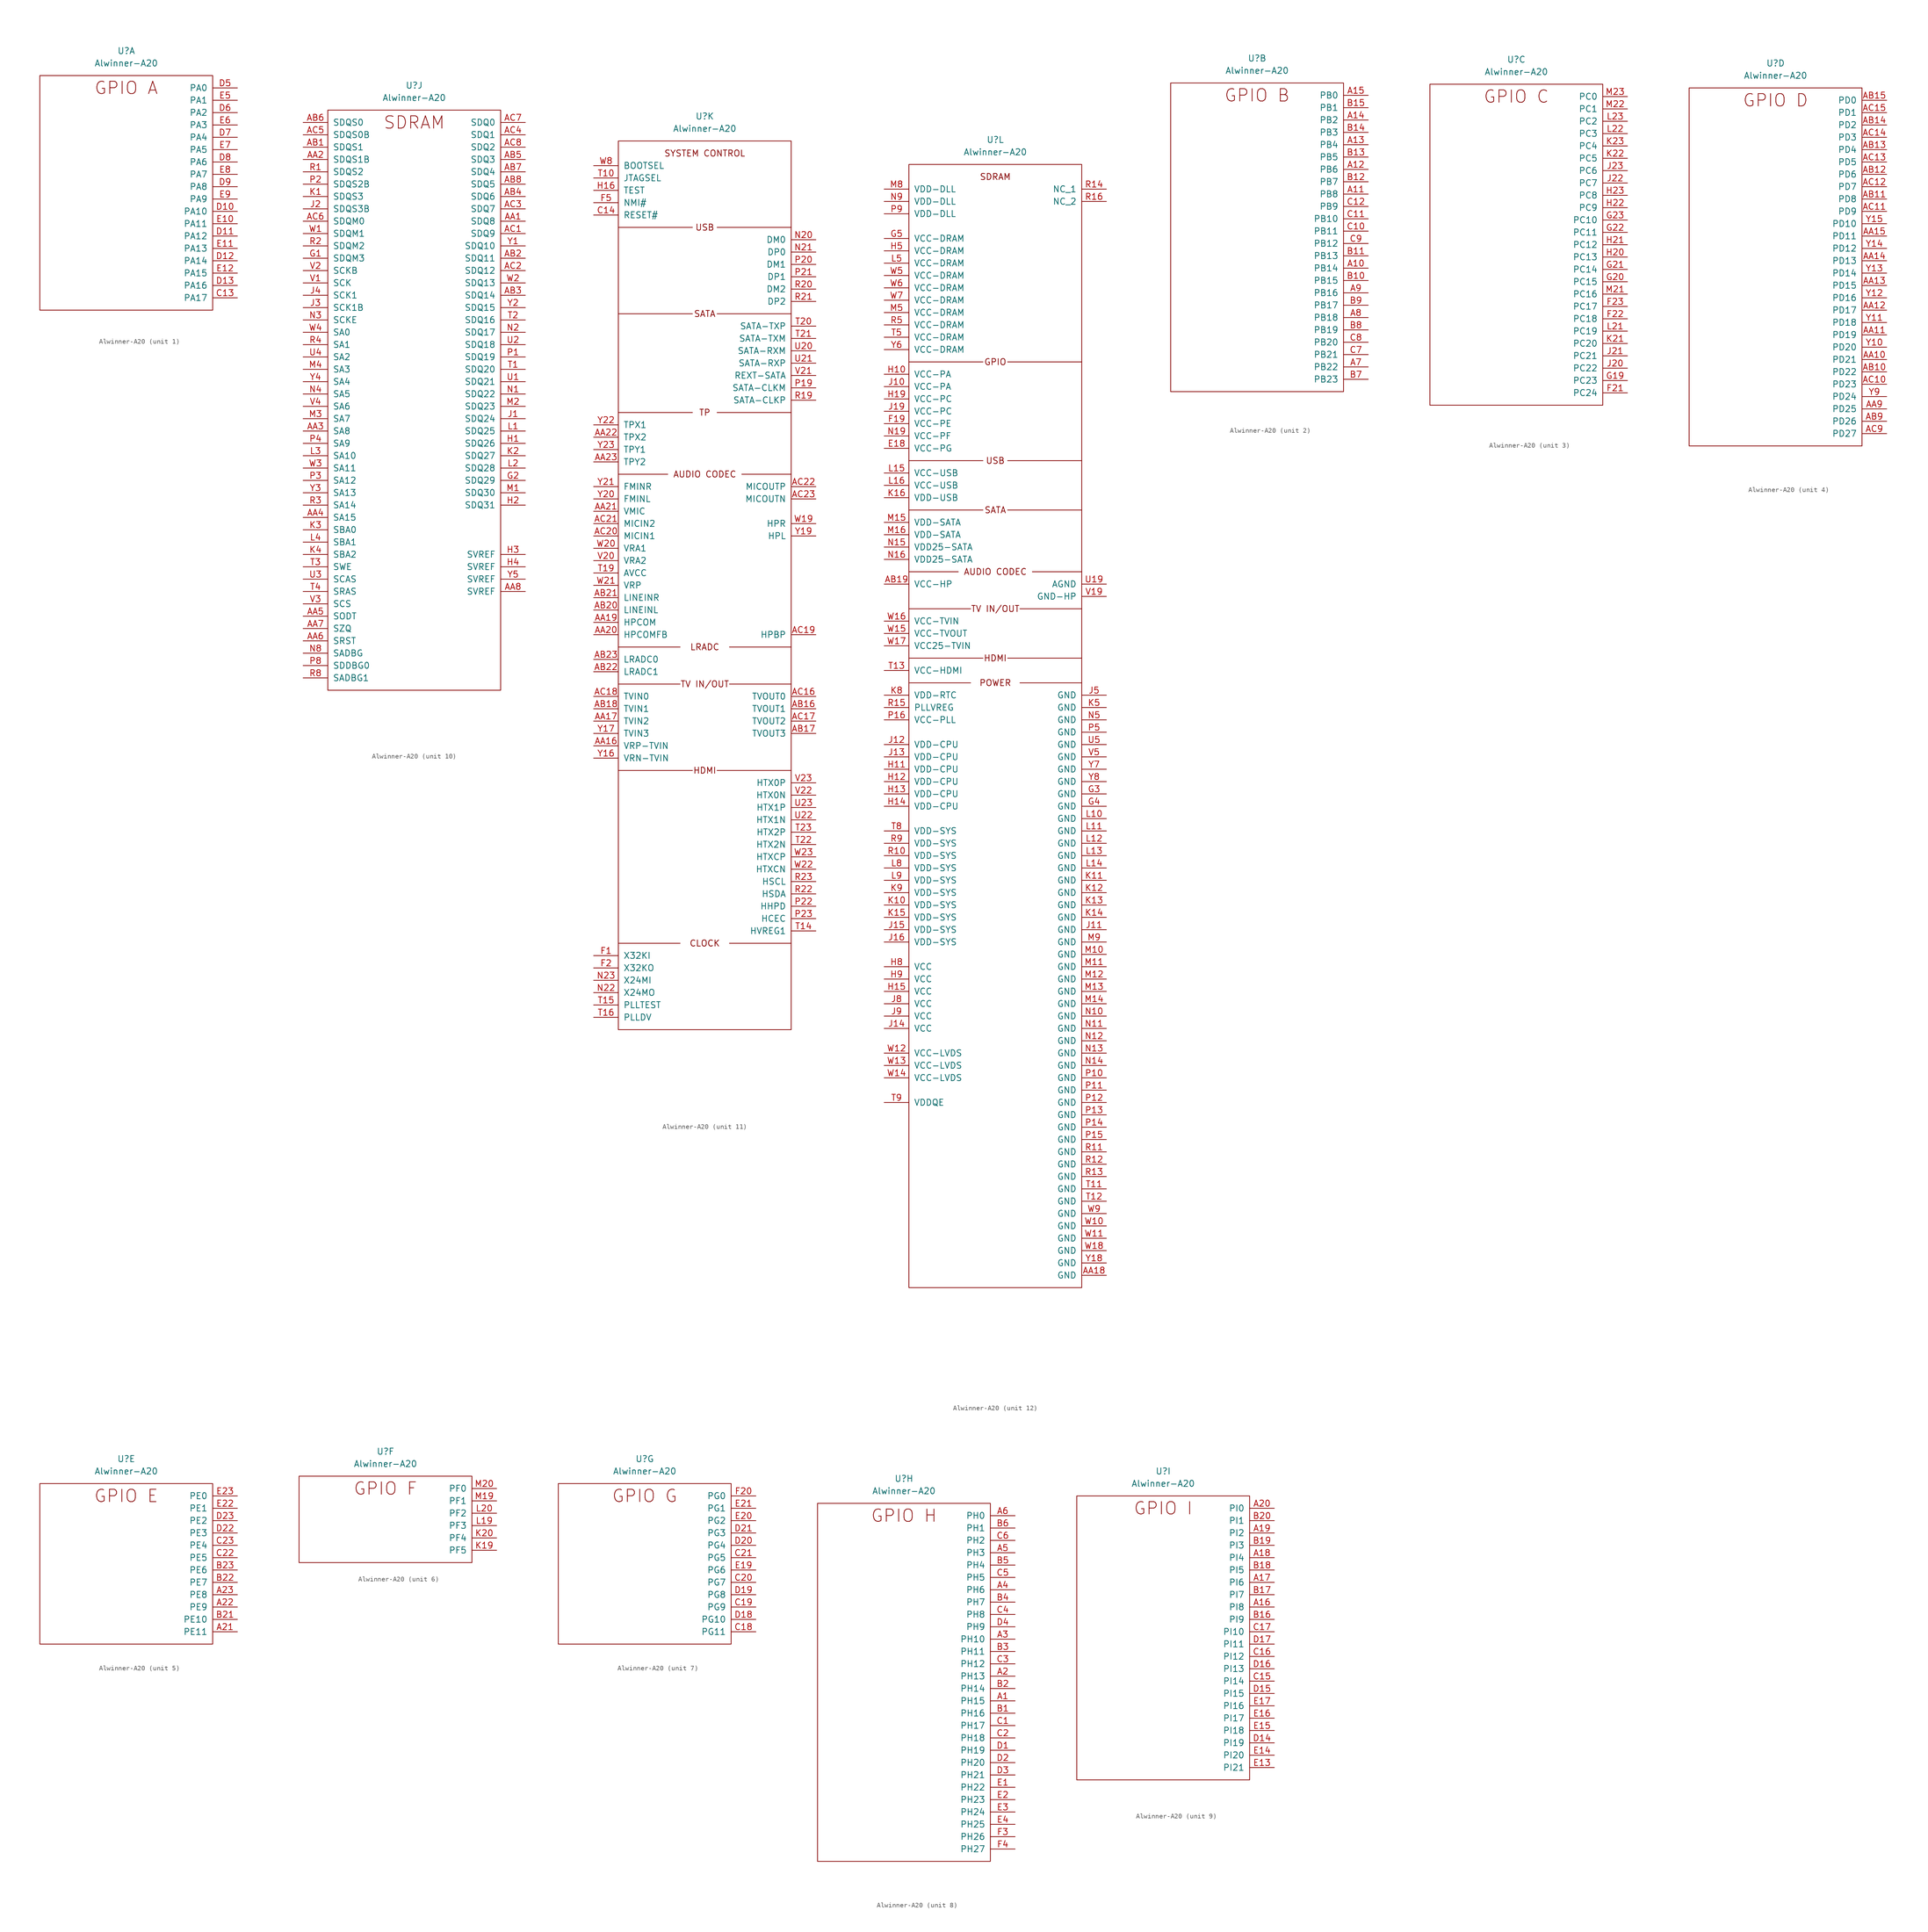
<source format=kicad_sym>
(kicad_symbol_lib
  (version 20220914)
  (generator kicad_symbol_editor)
  (symbol "Alwinner-A20"
    (pin_names
      (offset 1.016))
    (property "Reference" "U"
      (at 17.78 5.08 0)
      (effects (font (size 1.27 1.27))))
    (property "Value" "Alwinner-A20"
      (at 17.78 2.54 0)
      (effects (font (size 1.27 1.27))))
    (property "ki_locked" ""
      (at 0 0 0)
      (effects (font (size 1.27 1.27))))
    (symbol "Alwinner-A20_1_1"
      (polyline (pts (xy 0 0) (xy 35.56 0) (xy 35.56 -48.26) (xy 0 -48.26) (xy 0 0)) (stroke (width 0.152) (type solid)) (fill (type none)))
      (text "GPIO A" (at 17.78 -2.54 0) (effects (font (size 2.54 2.54))))
      (pin bidirectional line (at 40.64 -45.72 180) (length 5.08) (name "PA17" (effects (font (size 1.27 1.27)))) (number "C13" (effects (font (size 1.27 1.27)))))
      (pin bidirectional line (at 40.64 -27.94 180) (length 5.08) (name "PA10" (effects (font (size 1.27 1.27)))) (number "D10" (effects (font (size 1.27 1.27)))))
      (pin bidirectional line (at 40.64 -33.02 180) (length 5.08) (name "PA12" (effects (font (size 1.27 1.27)))) (number "D11" (effects (font (size 1.27 1.27)))))
      (pin bidirectional line (at 40.64 -38.1 180) (length 5.08) (name "PA14" (effects (font (size 1.27 1.27)))) (number "D12" (effects (font (size 1.27 1.27)))))
      (pin bidirectional line (at 40.64 -43.18 180) (length 5.08) (name "PA16" (effects (font (size 1.27 1.27)))) (number "D13" (effects (font (size 1.27 1.27)))))
      (pin bidirectional line (at 40.64 -2.54 180) (length 5.08) (name "PA0" (effects (font (size 1.27 1.27)))) (number "D5" (effects (font (size 1.27 1.27)))))
      (pin bidirectional line (at 40.64 -7.62 180) (length 5.08) (name "PA2" (effects (font (size 1.27 1.27)))) (number "D6" (effects (font (size 1.27 1.27)))))
      (pin bidirectional line (at 40.64 -12.7 180) (length 5.08) (name "PA4" (effects (font (size 1.27 1.27)))) (number "D7" (effects (font (size 1.27 1.27)))))
      (pin bidirectional line (at 40.64 -17.78 180) (length 5.08) (name "PA6" (effects (font (size 1.27 1.27)))) (number "D8" (effects (font (size 1.27 1.27)))))
      (pin bidirectional line (at 40.64 -22.86 180) (length 5.08) (name "PA8" (effects (font (size 1.27 1.27)))) (number "D9" (effects (font (size 1.27 1.27)))))
      (pin bidirectional line (at 40.64 -30.48 180) (length 5.08) (name "PA11" (effects (font (size 1.27 1.27)))) (number "E10" (effects (font (size 1.27 1.27)))))
      (pin bidirectional line (at 40.64 -35.56 180) (length 5.08) (name "PA13" (effects (font (size 1.27 1.27)))) (number "E11" (effects (font (size 1.27 1.27)))))
      (pin bidirectional line (at 40.64 -40.64 180) (length 5.08) (name "PA15" (effects (font (size 1.27 1.27)))) (number "E12" (effects (font (size 1.27 1.27)))))
      (pin bidirectional line (at 40.64 -5.08 180) (length 5.08) (name "PA1" (effects (font (size 1.27 1.27)))) (number "E5" (effects (font (size 1.27 1.27)))))
      (pin bidirectional line (at 40.64 -10.16 180) (length 5.08) (name "PA3" (effects (font (size 1.27 1.27)))) (number "E6" (effects (font (size 1.27 1.27)))))
      (pin bidirectional line (at 40.64 -15.24 180) (length 5.08) (name "PA5" (effects (font (size 1.27 1.27)))) (number "E7" (effects (font (size 1.27 1.27)))))
      (pin bidirectional line (at 40.64 -20.32 180) (length 5.08) (name "PA7" (effects (font (size 1.27 1.27)))) (number "E8" (effects (font (size 1.27 1.27)))))
      (pin bidirectional line (at 40.64 -25.4 180) (length 5.08) (name "PA9" (effects (font (size 1.27 1.27)))) (number "E9" (effects (font (size 1.27 1.27))))))
    (symbol "Alwinner-A20_2_0"
      (text "GPIO B" (at 17.78 -2.54 0) (effects (font (size 2.54 2.54))))
      (pin bidirectional line (at 40.64 -38.1 180) (length 5.08) (name "PB14" (effects (font (size 1.27 1.27)))) (number "A10" (effects (font (size 1.27 1.27)))))
      (pin bidirectional line (at 40.64 -22.86 180) (length 5.08) (name "PB8" (effects (font (size 1.27 1.27)))) (number "A11" (effects (font (size 1.27 1.27)))))
      (pin bidirectional line (at 40.64 -17.78 180) (length 5.08) (name "PB6" (effects (font (size 1.27 1.27)))) (number "A12" (effects (font (size 1.27 1.27)))))
      (pin bidirectional line (at 40.64 -12.7 180) (length 5.08) (name "PB4" (effects (font (size 1.27 1.27)))) (number "A13" (effects (font (size 1.27 1.27)))))
      (pin bidirectional line (at 40.64 -7.62 180) (length 5.08) (name "PB2" (effects (font (size 1.27 1.27)))) (number "A14" (effects (font (size 1.27 1.27)))))
      (pin bidirectional line (at 40.64 -2.54 180) (length 5.08) (name "PB0" (effects (font (size 1.27 1.27)))) (number "A15" (effects (font (size 1.27 1.27)))))
      (pin bidirectional line (at 40.64 -58.42 180) (length 5.08) (name "PB22" (effects (font (size 1.27 1.27)))) (number "A7" (effects (font (size 1.27 1.27)))))
      (pin bidirectional line (at 40.64 -48.26 180) (length 5.08) (name "PB18" (effects (font (size 1.27 1.27)))) (number "A8" (effects (font (size 1.27 1.27)))))
      (pin bidirectional line (at 40.64 -43.18 180) (length 5.08) (name "PB16" (effects (font (size 1.27 1.27)))) (number "A9" (effects (font (size 1.27 1.27)))))
      (pin bidirectional line (at 40.64 -40.64 180) (length 5.08) (name "PB15" (effects (font (size 1.27 1.27)))) (number "B10" (effects (font (size 1.27 1.27)))))
      (pin bidirectional line (at 40.64 -35.56 180) (length 5.08) (name "PB13" (effects (font (size 1.27 1.27)))) (number "B11" (effects (font (size 1.27 1.27)))))
      (pin bidirectional line (at 40.64 -20.32 180) (length 5.08) (name "PB7" (effects (font (size 1.27 1.27)))) (number "B12" (effects (font (size 1.27 1.27)))))
      (pin bidirectional line (at 40.64 -15.24 180) (length 5.08) (name "PB5" (effects (font (size 1.27 1.27)))) (number "B13" (effects (font (size 1.27 1.27)))))
      (pin bidirectional line (at 40.64 -10.16 180) (length 5.08) (name "PB3" (effects (font (size 1.27 1.27)))) (number "B14" (effects (font (size 1.27 1.27)))))
      (pin bidirectional line (at 40.64 -5.08 180) (length 5.08) (name "PB1" (effects (font (size 1.27 1.27)))) (number "B15" (effects (font (size 1.27 1.27)))))
      (pin bidirectional line (at 40.64 -60.96 180) (length 5.08) (name "PB23" (effects (font (size 1.27 1.27)))) (number "B7" (effects (font (size 1.27 1.27)))))
      (pin bidirectional line (at 40.64 -50.8 180) (length 5.08) (name "PB19" (effects (font (size 1.27 1.27)))) (number "B8" (effects (font (size 1.27 1.27)))))
      (pin bidirectional line (at 40.64 -45.72 180) (length 5.08) (name "PB17" (effects (font (size 1.27 1.27)))) (number "B9" (effects (font (size 1.27 1.27)))))
      (pin bidirectional line (at 40.64 -30.48 180) (length 5.08) (name "PB11" (effects (font (size 1.27 1.27)))) (number "C10" (effects (font (size 1.27 1.27)))))
      (pin bidirectional line (at 40.64 -27.94 180) (length 5.08) (name "PB10" (effects (font (size 1.27 1.27)))) (number "C11" (effects (font (size 1.27 1.27)))))
      (pin bidirectional line (at 40.64 -25.4 180) (length 5.08) (name "PB9" (effects (font (size 1.27 1.27)))) (number "C12" (effects (font (size 1.27 1.27)))))
      (pin bidirectional line (at 40.64 -55.88 180) (length 5.08) (name "PB21" (effects (font (size 1.27 1.27)))) (number "C7" (effects (font (size 1.27 1.27)))))
      (pin bidirectional line (at 40.64 -53.34 180) (length 5.08) (name "PB20" (effects (font (size 1.27 1.27)))) (number "C8" (effects (font (size 1.27 1.27)))))
      (pin bidirectional line (at 40.64 -33.02 180) (length 5.08) (name "PB12" (effects (font (size 1.27 1.27)))) (number "C9" (effects (font (size 1.27 1.27))))))
    (symbol "Alwinner-A20_2_1"
      (polyline (pts (xy 0 0) (xy 35.56 0) (xy 35.56 -63.5) (xy 0 -63.5) (xy 0 0)) (stroke (width 0.152) (type solid)) (fill (type none))))
    (symbol "Alwinner-A20_3_1"
      (polyline (pts (xy 0 0) (xy 35.56 0) (xy 35.56 -66.04) (xy 0 -66.04) (xy 0 0)) (stroke (width 0.152) (type solid)) (fill (type none)))
      (text "GPIO C" (at 17.78 -2.54 0) (effects (font (size 2.54 2.54))))
      (pin bidirectional line (at 40.64 -63.5 180) (length 5.08) (name "PC24" (effects (font (size 1.27 1.27)))) (number "F21" (effects (font (size 1.27 1.27)))))
      (pin bidirectional line (at 40.64 -48.26 180) (length 5.08) (name "PC18" (effects (font (size 1.27 1.27)))) (number "F22" (effects (font (size 1.27 1.27)))))
      (pin bidirectional line (at 40.64 -45.72 180) (length 5.08) (name "PC17" (effects (font (size 1.27 1.27)))) (number "F23" (effects (font (size 1.27 1.27)))))
      (pin bidirectional line (at 40.64 -60.96 180) (length 5.08) (name "PC23" (effects (font (size 1.27 1.27)))) (number "G19" (effects (font (size 1.27 1.27)))))
      (pin bidirectional line (at 40.64 -40.64 180) (length 5.08) (name "PC15" (effects (font (size 1.27 1.27)))) (number "G20" (effects (font (size 1.27 1.27)))))
      (pin bidirectional line (at 40.64 -38.1 180) (length 5.08) (name "PC14" (effects (font (size 1.27 1.27)))) (number "G21" (effects (font (size 1.27 1.27)))))
      (pin bidirectional line (at 40.64 -30.48 180) (length 5.08) (name "PC11" (effects (font (size 1.27 1.27)))) (number "G22" (effects (font (size 1.27 1.27)))))
      (pin bidirectional line (at 40.64 -27.94 180) (length 5.08) (name "PC10" (effects (font (size 1.27 1.27)))) (number "G23" (effects (font (size 1.27 1.27)))))
      (pin bidirectional line (at 40.64 -35.56 180) (length 5.08) (name "PC13" (effects (font (size 1.27 1.27)))) (number "H20" (effects (font (size 1.27 1.27)))))
      (pin bidirectional line (at 40.64 -33.02 180) (length 5.08) (name "PC12" (effects (font (size 1.27 1.27)))) (number "H21" (effects (font (size 1.27 1.27)))))
      (pin bidirectional line (at 40.64 -25.4 180) (length 5.08) (name "PC9" (effects (font (size 1.27 1.27)))) (number "H22" (effects (font (size 1.27 1.27)))))
      (pin bidirectional line (at 40.64 -22.86 180) (length 5.08) (name "PC8" (effects (font (size 1.27 1.27)))) (number "H23" (effects (font (size 1.27 1.27)))))
      (pin bidirectional line (at 40.64 -58.42 180) (length 5.08) (name "PC22" (effects (font (size 1.27 1.27)))) (number "J20" (effects (font (size 1.27 1.27)))))
      (pin bidirectional line (at 40.64 -55.88 180) (length 5.08) (name "PC21" (effects (font (size 1.27 1.27)))) (number "J21" (effects (font (size 1.27 1.27)))))
      (pin bidirectional line (at 40.64 -20.32 180) (length 5.08) (name "PC7" (effects (font (size 1.27 1.27)))) (number "J22" (effects (font (size 1.27 1.27)))))
      (pin bidirectional line (at 40.64 -17.78 180) (length 5.08) (name "PC6" (effects (font (size 1.27 1.27)))) (number "J23" (effects (font (size 1.27 1.27)))))
      (pin bidirectional line (at 40.64 -53.34 180) (length 5.08) (name "PC20" (effects (font (size 1.27 1.27)))) (number "K21" (effects (font (size 1.27 1.27)))))
      (pin bidirectional line (at 40.64 -15.24 180) (length 5.08) (name "PC5" (effects (font (size 1.27 1.27)))) (number "K22" (effects (font (size 1.27 1.27)))))
      (pin bidirectional line (at 40.64 -12.7 180) (length 5.08) (name "PC4" (effects (font (size 1.27 1.27)))) (number "K23" (effects (font (size 1.27 1.27)))))
      (pin bidirectional line (at 40.64 -50.8 180) (length 5.08) (name "PC19" (effects (font (size 1.27 1.27)))) (number "L21" (effects (font (size 1.27 1.27)))))
      (pin bidirectional line (at 40.64 -10.16 180) (length 5.08) (name "PC3" (effects (font (size 1.27 1.27)))) (number "L22" (effects (font (size 1.27 1.27)))))
      (pin bidirectional line (at 40.64 -7.62 180) (length 5.08) (name "PC2" (effects (font (size 1.27 1.27)))) (number "L23" (effects (font (size 1.27 1.27)))))
      (pin bidirectional line (at 40.64 -43.18 180) (length 5.08) (name "PC16" (effects (font (size 1.27 1.27)))) (number "M21" (effects (font (size 1.27 1.27)))))
      (pin bidirectional line (at 40.64 -5.08 180) (length 5.08) (name "PC1" (effects (font (size 1.27 1.27)))) (number "M22" (effects (font (size 1.27 1.27)))))
      (pin bidirectional line (at 40.64 -2.54 180) (length 5.08) (name "PC0" (effects (font (size 1.27 1.27)))) (number "M23" (effects (font (size 1.27 1.27))))))
    (symbol "Alwinner-A20_4_1"
      (polyline (pts (xy 0 0) (xy 35.56 0) (xy 35.56 -73.66) (xy 0 -73.66) (xy 0 0)) (stroke (width 0.152) (type solid)) (fill (type none)))
      (text "GPIO D" (at 17.78 -2.54 0) (effects (font (size 2.54 2.54))))
      (pin bidirectional line (at 40.64 -55.88 180) (length 5.08) (name "PD21" (effects (font (size 1.27 1.27)))) (number "AA10" (effects (font (size 1.27 1.27)))))
      (pin bidirectional line (at 40.64 -50.8 180) (length 5.08) (name "PD19" (effects (font (size 1.27 1.27)))) (number "AA11" (effects (font (size 1.27 1.27)))))
      (pin bidirectional line (at 40.64 -45.72 180) (length 5.08) (name "PD17" (effects (font (size 1.27 1.27)))) (number "AA12" (effects (font (size 1.27 1.27)))))
      (pin bidirectional line (at 40.64 -40.64 180) (length 5.08) (name "PD15" (effects (font (size 1.27 1.27)))) (number "AA13" (effects (font (size 1.27 1.27)))))
      (pin bidirectional line (at 40.64 -35.56 180) (length 5.08) (name "PD13" (effects (font (size 1.27 1.27)))) (number "AA14" (effects (font (size 1.27 1.27)))))
      (pin bidirectional line (at 40.64 -30.48 180) (length 5.08) (name "PD11" (effects (font (size 1.27 1.27)))) (number "AA15" (effects (font (size 1.27 1.27)))))
      (pin bidirectional line (at 40.64 -66.04 180) (length 5.08) (name "PD25" (effects (font (size 1.27 1.27)))) (number "AA9" (effects (font (size 1.27 1.27)))))
      (pin bidirectional line (at 40.64 -58.42 180) (length 5.08) (name "PD22" (effects (font (size 1.27 1.27)))) (number "AB10" (effects (font (size 1.27 1.27)))))
      (pin bidirectional line (at 40.64 -22.86 180) (length 5.08) (name "PD8" (effects (font (size 1.27 1.27)))) (number "AB11" (effects (font (size 1.27 1.27)))))
      (pin bidirectional line (at 40.64 -17.78 180) (length 5.08) (name "PD6" (effects (font (size 1.27 1.27)))) (number "AB12" (effects (font (size 1.27 1.27)))))
      (pin bidirectional line (at 40.64 -12.7 180) (length 5.08) (name "PD4" (effects (font (size 1.27 1.27)))) (number "AB13" (effects (font (size 1.27 1.27)))))
      (pin bidirectional line (at 40.64 -7.62 180) (length 5.08) (name "PD2" (effects (font (size 1.27 1.27)))) (number "AB14" (effects (font (size 1.27 1.27)))))
      (pin bidirectional line (at 40.64 -2.54 180) (length 5.08) (name "PD0" (effects (font (size 1.27 1.27)))) (number "AB15" (effects (font (size 1.27 1.27)))))
      (pin bidirectional line (at 40.64 -68.58 180) (length 5.08) (name "PD26" (effects (font (size 1.27 1.27)))) (number "AB9" (effects (font (size 1.27 1.27)))))
      (pin bidirectional line (at 40.64 -60.96 180) (length 5.08) (name "PD23" (effects (font (size 1.27 1.27)))) (number "AC10" (effects (font (size 1.27 1.27)))))
      (pin bidirectional line (at 40.64 -25.4 180) (length 5.08) (name "PD9" (effects (font (size 1.27 1.27)))) (number "AC11" (effects (font (size 1.27 1.27)))))
      (pin bidirectional line (at 40.64 -20.32 180) (length 5.08) (name "PD7" (effects (font (size 1.27 1.27)))) (number "AC12" (effects (font (size 1.27 1.27)))))
      (pin bidirectional line (at 40.64 -15.24 180) (length 5.08) (name "PD5" (effects (font (size 1.27 1.27)))) (number "AC13" (effects (font (size 1.27 1.27)))))
      (pin bidirectional line (at 40.64 -10.16 180) (length 5.08) (name "PD3" (effects (font (size 1.27 1.27)))) (number "AC14" (effects (font (size 1.27 1.27)))))
      (pin bidirectional line (at 40.64 -5.08 180) (length 5.08) (name "PD1" (effects (font (size 1.27 1.27)))) (number "AC15" (effects (font (size 1.27 1.27)))))
      (pin bidirectional line (at 40.64 -71.12 180) (length 5.08) (name "PD27" (effects (font (size 1.27 1.27)))) (number "AC9" (effects (font (size 1.27 1.27)))))
      (pin bidirectional line (at 40.64 -53.34 180) (length 5.08) (name "PD20" (effects (font (size 1.27 1.27)))) (number "Y10" (effects (font (size 1.27 1.27)))))
      (pin bidirectional line (at 40.64 -48.26 180) (length 5.08) (name "PD18" (effects (font (size 1.27 1.27)))) (number "Y11" (effects (font (size 1.27 1.27)))))
      (pin bidirectional line (at 40.64 -43.18 180) (length 5.08) (name "PD16" (effects (font (size 1.27 1.27)))) (number "Y12" (effects (font (size 1.27 1.27)))))
      (pin bidirectional line (at 40.64 -38.1 180) (length 5.08) (name "PD14" (effects (font (size 1.27 1.27)))) (number "Y13" (effects (font (size 1.27 1.27)))))
      (pin bidirectional line (at 40.64 -33.02 180) (length 5.08) (name "PD12" (effects (font (size 1.27 1.27)))) (number "Y14" (effects (font (size 1.27 1.27)))))
      (pin bidirectional line (at 40.64 -27.94 180) (length 5.08) (name "PD10" (effects (font (size 1.27 1.27)))) (number "Y15" (effects (font (size 1.27 1.27)))))
      (pin bidirectional line (at 40.64 -63.5 180) (length 5.08) (name "PD24" (effects (font (size 1.27 1.27)))) (number "Y9" (effects (font (size 1.27 1.27))))))
    (symbol "Alwinner-A20_5_1"
      (polyline (pts (xy 0 0) (xy 35.56 0) (xy 35.56 -33.02) (xy 0 -33.02) (xy 0 0)) (stroke (width 0.152) (type solid)) (fill (type none)))
      (text "GPIO E" (at 17.78 -2.54 0) (effects (font (size 2.54 2.54))))
      (pin bidirectional line (at 40.64 -30.48 180) (length 5.08) (name "PE11" (effects (font (size 1.27 1.27)))) (number "A21" (effects (font (size 1.27 1.27)))))
      (pin bidirectional line (at 40.64 -25.4 180) (length 5.08) (name "PE9" (effects (font (size 1.27 1.27)))) (number "A22" (effects (font (size 1.27 1.27)))))
      (pin bidirectional line (at 40.64 -22.86 180) (length 5.08) (name "PE8" (effects (font (size 1.27 1.27)))) (number "A23" (effects (font (size 1.27 1.27)))))
      (pin bidirectional line (at 40.64 -27.94 180) (length 5.08) (name "PE10" (effects (font (size 1.27 1.27)))) (number "B21" (effects (font (size 1.27 1.27)))))
      (pin bidirectional line (at 40.64 -20.32 180) (length 5.08) (name "PE7" (effects (font (size 1.27 1.27)))) (number "B22" (effects (font (size 1.27 1.27)))))
      (pin bidirectional line (at 40.64 -17.78 180) (length 5.08) (name "PE6" (effects (font (size 1.27 1.27)))) (number "B23" (effects (font (size 1.27 1.27)))))
      (pin bidirectional line (at 40.64 -15.24 180) (length 5.08) (name "PE5" (effects (font (size 1.27 1.27)))) (number "C22" (effects (font (size 1.27 1.27)))))
      (pin bidirectional line (at 40.64 -12.7 180) (length 5.08) (name "PE4" (effects (font (size 1.27 1.27)))) (number "C23" (effects (font (size 1.27 1.27)))))
      (pin bidirectional line (at 40.64 -10.16 180) (length 5.08) (name "PE3" (effects (font (size 1.27 1.27)))) (number "D22" (effects (font (size 1.27 1.27)))))
      (pin bidirectional line (at 40.64 -7.62 180) (length 5.08) (name "PE2" (effects (font (size 1.27 1.27)))) (number "D23" (effects (font (size 1.27 1.27)))))
      (pin bidirectional line (at 40.64 -5.08 180) (length 5.08) (name "PE1" (effects (font (size 1.27 1.27)))) (number "E22" (effects (font (size 1.27 1.27)))))
      (pin bidirectional line (at 40.64 -2.54 180) (length 5.08) (name "PE0" (effects (font (size 1.27 1.27)))) (number "E23" (effects (font (size 1.27 1.27))))))
    (symbol "Alwinner-A20_6_1"
      (polyline (pts (xy 0 0) (xy 35.56 0) (xy 35.56 -17.78) (xy 0 -17.78) (xy 0 0)) (stroke (width 0.152) (type solid)) (fill (type none)))
      (text "GPIO F" (at 17.78 -2.54 0) (effects (font (size 2.54 2.54))))
      (pin bidirectional line (at 40.64 -15.24 180) (length 5.08) (name "PF5" (effects (font (size 1.27 1.27)))) (number "K19" (effects (font (size 1.27 1.27)))))
      (pin bidirectional line (at 40.64 -12.7 180) (length 5.08) (name "PF4" (effects (font (size 1.27 1.27)))) (number "K20" (effects (font (size 1.27 1.27)))))
      (pin bidirectional line (at 40.64 -10.16 180) (length 5.08) (name "PF3" (effects (font (size 1.27 1.27)))) (number "L19" (effects (font (size 1.27 1.27)))))
      (pin bidirectional line (at 40.64 -7.62 180) (length 5.08) (name "PF2" (effects (font (size 1.27 1.27)))) (number "L20" (effects (font (size 1.27 1.27)))))
      (pin bidirectional line (at 40.64 -5.08 180) (length 5.08) (name "PF1" (effects (font (size 1.27 1.27)))) (number "M19" (effects (font (size 1.27 1.27)))))
      (pin bidirectional line (at 40.64 -2.54 180) (length 5.08) (name "PF0" (effects (font (size 1.27 1.27)))) (number "M20" (effects (font (size 1.27 1.27))))))
    (symbol "Alwinner-A20_7_1"
      (polyline (pts (xy 0 0) (xy 35.56 0) (xy 35.56 -33.02) (xy 0 -33.02) (xy 0 0)) (stroke (width 0.152) (type solid)) (fill (type none)))
      (text "GPIO G" (at 17.78 -2.54 0) (effects (font (size 2.54 2.54))))
      (pin bidirectional line (at 40.64 -30.48 180) (length 5.08) (name "PG11" (effects (font (size 1.27 1.27)))) (number "C18" (effects (font (size 1.27 1.27)))))
      (pin bidirectional line (at 40.64 -25.4 180) (length 5.08) (name "PG9" (effects (font (size 1.27 1.27)))) (number "C19" (effects (font (size 1.27 1.27)))))
      (pin bidirectional line (at 40.64 -20.32 180) (length 5.08) (name "PG7" (effects (font (size 1.27 1.27)))) (number "C20" (effects (font (size 1.27 1.27)))))
      (pin bidirectional line (at 40.64 -15.24 180) (length 5.08) (name "PG5" (effects (font (size 1.27 1.27)))) (number "C21" (effects (font (size 1.27 1.27)))))
      (pin bidirectional line (at 40.64 -27.94 180) (length 5.08) (name "PG10" (effects (font (size 1.27 1.27)))) (number "D18" (effects (font (size 1.27 1.27)))))
      (pin bidirectional line (at 40.64 -22.86 180) (length 5.08) (name "PG8" (effects (font (size 1.27 1.27)))) (number "D19" (effects (font (size 1.27 1.27)))))
      (pin bidirectional line (at 40.64 -12.7 180) (length 5.08) (name "PG4" (effects (font (size 1.27 1.27)))) (number "D20" (effects (font (size 1.27 1.27)))))
      (pin bidirectional line (at 40.64 -10.16 180) (length 5.08) (name "PG3" (effects (font (size 1.27 1.27)))) (number "D21" (effects (font (size 1.27 1.27)))))
      (pin bidirectional line (at 40.64 -17.78 180) (length 5.08) (name "PG6" (effects (font (size 1.27 1.27)))) (number "E19" (effects (font (size 1.27 1.27)))))
      (pin bidirectional line (at 40.64 -7.62 180) (length 5.08) (name "PG2" (effects (font (size 1.27 1.27)))) (number "E20" (effects (font (size 1.27 1.27)))))
      (pin bidirectional line (at 40.64 -5.08 180) (length 5.08) (name "PG1" (effects (font (size 1.27 1.27)))) (number "E21" (effects (font (size 1.27 1.27)))))
      (pin bidirectional line (at 40.64 -2.54 180) (length 5.08) (name "PG0" (effects (font (size 1.27 1.27)))) (number "F20" (effects (font (size 1.27 1.27))))))
    (symbol "Alwinner-A20_8_1"
      (polyline (pts (xy 0 0) (xy 35.56 0) (xy 35.56 -73.66) (xy 0 -73.66) (xy 0 0)) (stroke (width 0.152) (type solid)) (fill (type none)))
      (text "GPIO H" (at 17.78 -2.54 0) (effects (font (size 2.54 2.54))))
      (pin bidirectional line (at 40.64 -40.64 180) (length 5.08) (name "PH15" (effects (font (size 1.27 1.27)))) (number "A1" (effects (font (size 1.27 1.27)))))
      (pin bidirectional line (at 40.64 -35.56 180) (length 5.08) (name "PH13" (effects (font (size 1.27 1.27)))) (number "A2" (effects (font (size 1.27 1.27)))))
      (pin bidirectional line (at 40.64 -27.94 180) (length 5.08) (name "PH10" (effects (font (size 1.27 1.27)))) (number "A3" (effects (font (size 1.27 1.27)))))
      (pin bidirectional line (at 40.64 -17.78 180) (length 5.08) (name "PH6" (effects (font (size 1.27 1.27)))) (number "A4" (effects (font (size 1.27 1.27)))))
      (pin bidirectional line (at 40.64 -10.16 180) (length 5.08) (name "PH3" (effects (font (size 1.27 1.27)))) (number "A5" (effects (font (size 1.27 1.27)))))
      (pin bidirectional line (at 40.64 -2.54 180) (length 5.08) (name "PH0" (effects (font (size 1.27 1.27)))) (number "A6" (effects (font (size 1.27 1.27)))))
      (pin bidirectional line (at 40.64 -43.18 180) (length 5.08) (name "PH16" (effects (font (size 1.27 1.27)))) (number "B1" (effects (font (size 1.27 1.27)))))
      (pin bidirectional line (at 40.64 -38.1 180) (length 5.08) (name "PH14" (effects (font (size 1.27 1.27)))) (number "B2" (effects (font (size 1.27 1.27)))))
      (pin bidirectional line (at 40.64 -30.48 180) (length 5.08) (name "PH11" (effects (font (size 1.27 1.27)))) (number "B3" (effects (font (size 1.27 1.27)))))
      (pin bidirectional line (at 40.64 -20.32 180) (length 5.08) (name "PH7" (effects (font (size 1.27 1.27)))) (number "B4" (effects (font (size 1.27 1.27)))))
      (pin bidirectional line (at 40.64 -12.7 180) (length 5.08) (name "PH4" (effects (font (size 1.27 1.27)))) (number "B5" (effects (font (size 1.27 1.27)))))
      (pin bidirectional line (at 40.64 -5.08 180) (length 5.08) (name "PH1" (effects (font (size 1.27 1.27)))) (number "B6" (effects (font (size 1.27 1.27)))))
      (pin bidirectional line (at 40.64 -45.72 180) (length 5.08) (name "PH17" (effects (font (size 1.27 1.27)))) (number "C1" (effects (font (size 1.27 1.27)))))
      (pin bidirectional line (at 40.64 -48.26 180) (length 5.08) (name "PH18" (effects (font (size 1.27 1.27)))) (number "C2" (effects (font (size 1.27 1.27)))))
      (pin bidirectional line (at 40.64 -33.02 180) (length 5.08) (name "PH12" (effects (font (size 1.27 1.27)))) (number "C3" (effects (font (size 1.27 1.27)))))
      (pin bidirectional line (at 40.64 -22.86 180) (length 5.08) (name "PH8" (effects (font (size 1.27 1.27)))) (number "C4" (effects (font (size 1.27 1.27)))))
      (pin bidirectional line (at 40.64 -15.24 180) (length 5.08) (name "PH5" (effects (font (size 1.27 1.27)))) (number "C5" (effects (font (size 1.27 1.27)))))
      (pin bidirectional line (at 40.64 -7.62 180) (length 5.08) (name "PH2" (effects (font (size 1.27 1.27)))) (number "C6" (effects (font (size 1.27 1.27)))))
      (pin bidirectional line (at 40.64 -50.8 180) (length 5.08) (name "PH19" (effects (font (size 1.27 1.27)))) (number "D1" (effects (font (size 1.27 1.27)))))
      (pin bidirectional line (at 40.64 -53.34 180) (length 5.08) (name "PH20" (effects (font (size 1.27 1.27)))) (number "D2" (effects (font (size 1.27 1.27)))))
      (pin bidirectional line (at 40.64 -55.88 180) (length 5.08) (name "PH21" (effects (font (size 1.27 1.27)))) (number "D3" (effects (font (size 1.27 1.27)))))
      (pin bidirectional line (at 40.64 -25.4 180) (length 5.08) (name "PH9" (effects (font (size 1.27 1.27)))) (number "D4" (effects (font (size 1.27 1.27)))))
      (pin bidirectional line (at 40.64 -58.42 180) (length 5.08) (name "PH22" (effects (font (size 1.27 1.27)))) (number "E1" (effects (font (size 1.27 1.27)))))
      (pin bidirectional line (at 40.64 -60.96 180) (length 5.08) (name "PH23" (effects (font (size 1.27 1.27)))) (number "E2" (effects (font (size 1.27 1.27)))))
      (pin bidirectional line (at 40.64 -63.5 180) (length 5.08) (name "PH24" (effects (font (size 1.27 1.27)))) (number "E3" (effects (font (size 1.27 1.27)))))
      (pin bidirectional line (at 40.64 -66.04 180) (length 5.08) (name "PH25" (effects (font (size 1.27 1.27)))) (number "E4" (effects (font (size 1.27 1.27)))))
      (pin bidirectional line (at 40.64 -68.58 180) (length 5.08) (name "PH26" (effects (font (size 1.27 1.27)))) (number "F3" (effects (font (size 1.27 1.27)))))
      (pin bidirectional line (at 40.64 -71.12 180) (length 5.08) (name "PH27" (effects (font (size 1.27 1.27)))) (number "F4" (effects (font (size 1.27 1.27))))))
    (symbol "Alwinner-A20_9_1"
      (polyline (pts (xy 0 0) (xy 35.56 0) (xy 35.56 -58.42) (xy 0 -58.42) (xy 0 0)) (stroke (width 0.152) (type solid)) (fill (type none)))
      (text "GPIO I" (at 17.78 -2.54 0) (effects (font (size 2.54 2.54))))
      (pin bidirectional line (at 40.64 -22.86 180) (length 5.08) (name "PI8" (effects (font (size 1.27 1.27)))) (number "A16" (effects (font (size 1.27 1.27)))))
      (pin bidirectional line (at 40.64 -17.78 180) (length 5.08) (name "PI6" (effects (font (size 1.27 1.27)))) (number "A17" (effects (font (size 1.27 1.27)))))
      (pin bidirectional line (at 40.64 -12.7 180) (length 5.08) (name "PI4" (effects (font (size 1.27 1.27)))) (number "A18" (effects (font (size 1.27 1.27)))))
      (pin bidirectional line (at 40.64 -7.62 180) (length 5.08) (name "PI2" (effects (font (size 1.27 1.27)))) (number "A19" (effects (font (size 1.27 1.27)))))
      (pin bidirectional line (at 40.64 -2.54 180) (length 5.08) (name "PI0" (effects (font (size 1.27 1.27)))) (number "A20" (effects (font (size 1.27 1.27)))))
      (pin bidirectional line (at 40.64 -25.4 180) (length 5.08) (name "PI9" (effects (font (size 1.27 1.27)))) (number "B16" (effects (font (size 1.27 1.27)))))
      (pin bidirectional line (at 40.64 -20.32 180) (length 5.08) (name "PI7" (effects (font (size 1.27 1.27)))) (number "B17" (effects (font (size 1.27 1.27)))))
      (pin bidirectional line (at 40.64 -15.24 180) (length 5.08) (name "PI5" (effects (font (size 1.27 1.27)))) (number "B18" (effects (font (size 1.27 1.27)))))
      (pin bidirectional line (at 40.64 -10.16 180) (length 5.08) (name "PI3" (effects (font (size 1.27 1.27)))) (number "B19" (effects (font (size 1.27 1.27)))))
      (pin bidirectional line (at 40.64 -5.08 180) (length 5.08) (name "PI1" (effects (font (size 1.27 1.27)))) (number "B20" (effects (font (size 1.27 1.27)))))
      (pin bidirectional line (at 40.64 -38.1 180) (length 5.08) (name "PI14" (effects (font (size 1.27 1.27)))) (number "C15" (effects (font (size 1.27 1.27)))))
      (pin bidirectional line (at 40.64 -33.02 180) (length 5.08) (name "PI12" (effects (font (size 1.27 1.27)))) (number "C16" (effects (font (size 1.27 1.27)))))
      (pin bidirectional line (at 40.64 -27.94 180) (length 5.08) (name "PI10" (effects (font (size 1.27 1.27)))) (number "C17" (effects (font (size 1.27 1.27)))))
      (pin bidirectional line (at 40.64 -50.8 180) (length 5.08) (name "PI19" (effects (font (size 1.27 1.27)))) (number "D14" (effects (font (size 1.27 1.27)))))
      (pin bidirectional line (at 40.64 -40.64 180) (length 5.08) (name "PI15" (effects (font (size 1.27 1.27)))) (number "D15" (effects (font (size 1.27 1.27)))))
      (pin bidirectional line (at 40.64 -35.56 180) (length 5.08) (name "PI13" (effects (font (size 1.27 1.27)))) (number "D16" (effects (font (size 1.27 1.27)))))
      (pin bidirectional line (at 40.64 -30.48 180) (length 5.08) (name "PI11" (effects (font (size 1.27 1.27)))) (number "D17" (effects (font (size 1.27 1.27)))))
      (pin bidirectional line (at 40.64 -55.88 180) (length 5.08) (name "PI21" (effects (font (size 1.27 1.27)))) (number "E13" (effects (font (size 1.27 1.27)))))
      (pin bidirectional line (at 40.64 -53.34 180) (length 5.08) (name "PI20" (effects (font (size 1.27 1.27)))) (number "E14" (effects (font (size 1.27 1.27)))))
      (pin bidirectional line (at 40.64 -48.26 180) (length 5.08) (name "PI18" (effects (font (size 1.27 1.27)))) (number "E15" (effects (font (size 1.27 1.27)))))
      (pin bidirectional line (at 40.64 -45.72 180) (length 5.08) (name "PI17" (effects (font (size 1.27 1.27)))) (number "E16" (effects (font (size 1.27 1.27)))))
      (pin bidirectional line (at 40.64 -43.18 180) (length 5.08) (name "PI16" (effects (font (size 1.27 1.27)))) (number "E17" (effects (font (size 1.27 1.27))))))
    (symbol "Alwinner-A20_10_1"
      (polyline (pts (xy 0 0) (xy 35.56 0) (xy 35.56 -119.38) (xy 0 -119.38) (xy 0 0)) (stroke (width 0.152) (type solid)) (fill (type none)))
      (text "SDRAM" (at 17.78 -2.54 0) (effects (font (size 2.54 2.54))))
      (pin bidirectional line (at 40.64 -22.86 180) (length 5.08) (name "SDQ8" (effects (font (size 1.27 1.27)))) (number "AA1" (effects (font (size 1.27 1.27)))))
      (pin bidirectional line (at -5.08 -10.16 0) (length 5.08) (name "SDQS1B" (effects (font (size 1.27 1.27)))) (number "AA2" (effects (font (size 1.27 1.27)))))
      (pin output line (at -5.08 -66.04 0) (length 5.08) (name "SA8" (effects (font (size 1.27 1.27)))) (number "AA3" (effects (font (size 1.27 1.27)))))
      (pin output line (at -5.08 -83.82 0) (length 5.08) (name "SA15" (effects (font (size 1.27 1.27)))) (number "AA4" (effects (font (size 1.27 1.27)))))
      (pin output line (at -5.08 -104.14 0) (length 5.08) (name "SODT" (effects (font (size 1.27 1.27)))) (number "AA5" (effects (font (size 1.27 1.27)))))
      (pin output line (at -5.08 -109.22 0) (length 5.08) (name "SRST" (effects (font (size 1.27 1.27)))) (number "AA6" (effects (font (size 1.27 1.27)))))
      (pin passive line (at -5.08 -106.68 0) (length 5.08) (name "SZQ" (effects (font (size 1.27 1.27)))) (number "AA7" (effects (font (size 1.27 1.27)))))
      (pin passive line (at 40.64 -99.06 180) (length 5.08) (name "SVREF" (effects (font (size 1.27 1.27)))) (number "AA8" (effects (font (size 1.27 1.27)))))
      (pin unspecified line (at -5.08 -7.62 0) (length 5.08) (name "SDQS1" (effects (font (size 1.27 1.27)))) (number "AB1" (effects (font (size 1.27 1.27)))))
      (pin bidirectional line (at 40.64 -30.48 180) (length 5.08) (name "SDQ11" (effects (font (size 1.27 1.27)))) (number "AB2" (effects (font (size 1.27 1.27)))))
      (pin bidirectional line (at 40.64 -38.1 180) (length 5.08) (name "SDQ14" (effects (font (size 1.27 1.27)))) (number "AB3" (effects (font (size 1.27 1.27)))))
      (pin bidirectional line (at 40.64 -17.78 180) (length 5.08) (name "SDQ6" (effects (font (size 1.27 1.27)))) (number "AB4" (effects (font (size 1.27 1.27)))))
      (pin bidirectional line (at 40.64 -10.16 180) (length 5.08) (name "SDQ3" (effects (font (size 1.27 1.27)))) (number "AB5" (effects (font (size 1.27 1.27)))))
      (pin bidirectional line (at -5.08 -2.54 0) (length 5.08) (name "SDQS0" (effects (font (size 1.27 1.27)))) (number "AB6" (effects (font (size 1.27 1.27)))))
      (pin bidirectional line (at 40.64 -12.7 180) (length 5.08) (name "SDQ4" (effects (font (size 1.27 1.27)))) (number "AB7" (effects (font (size 1.27 1.27)))))
      (pin bidirectional line (at 40.64 -15.24 180) (length 5.08) (name "SDQ5" (effects (font (size 1.27 1.27)))) (number "AB8" (effects (font (size 1.27 1.27)))))
      (pin bidirectional line (at 40.64 -25.4 180) (length 5.08) (name "SDQ9" (effects (font (size 1.27 1.27)))) (number "AC1" (effects (font (size 1.27 1.27)))))
      (pin bidirectional line (at 40.64 -33.02 180) (length 5.08) (name "SDQ12" (effects (font (size 1.27 1.27)))) (number "AC2" (effects (font (size 1.27 1.27)))))
      (pin bidirectional line (at 40.64 -20.32 180) (length 5.08) (name "SDQ7" (effects (font (size 1.27 1.27)))) (number "AC3" (effects (font (size 1.27 1.27)))))
      (pin bidirectional line (at 40.64 -5.08 180) (length 5.08) (name "SDQ1" (effects (font (size 1.27 1.27)))) (number "AC4" (effects (font (size 1.27 1.27)))))
      (pin bidirectional line (at -5.08 -5.08 0) (length 5.08) (name "SDQS0B" (effects (font (size 1.27 1.27)))) (number "AC5" (effects (font (size 1.27 1.27)))))
      (pin output line (at -5.08 -22.86 0) (length 5.08) (name "SDQM0" (effects (font (size 1.27 1.27)))) (number "AC6" (effects (font (size 1.27 1.27)))))
      (pin bidirectional line (at 40.64 -2.54 180) (length 5.08) (name "SDQ0" (effects (font (size 1.27 1.27)))) (number "AC7" (effects (font (size 1.27 1.27)))))
      (pin bidirectional line (at 40.64 -7.62 180) (length 5.08) (name "SDQ2" (effects (font (size 1.27 1.27)))) (number "AC8" (effects (font (size 1.27 1.27)))))
      (pin output line (at -5.08 -30.48 0) (length 5.08) (name "SDQM3" (effects (font (size 1.27 1.27)))) (number "G1" (effects (font (size 1.27 1.27)))))
      (pin bidirectional line (at 40.64 -76.2 180) (length 5.08) (name "SDQ29" (effects (font (size 1.27 1.27)))) (number "G2" (effects (font (size 1.27 1.27)))))
      (pin bidirectional line (at 40.64 -68.58 180) (length 5.08) (name "SDQ26" (effects (font (size 1.27 1.27)))) (number "H1" (effects (font (size 1.27 1.27)))))
      (pin bidirectional line (at 40.64 -81.28 180) (length 5.08) (name "SDQ31" (effects (font (size 1.27 1.27)))) (number "H2" (effects (font (size 1.27 1.27)))))
      (pin passive line (at 40.64 -91.44 180) (length 5.08) (name "SVREF" (effects (font (size 1.27 1.27)))) (number "H3" (effects (font (size 1.27 1.27)))))
      (pin passive line (at 40.64 -93.98 180) (length 5.08) (name "SVREF" (effects (font (size 1.27 1.27)))) (number "H4" (effects (font (size 1.27 1.27)))))
      (pin unspecified line (at 40.64 -63.5 180) (length 5.08) (name "SDQ24" (effects (font (size 1.27 1.27)))) (number "J1" (effects (font (size 1.27 1.27)))))
      (pin bidirectional line (at -5.08 -20.32 0) (length 5.08) (name "SDQS3B" (effects (font (size 1.27 1.27)))) (number "J2" (effects (font (size 1.27 1.27)))))
      (pin output line (at -5.08 -40.64 0) (length 5.08) (name "SCK1B" (effects (font (size 1.27 1.27)))) (number "J3" (effects (font (size 1.27 1.27)))))
      (pin output line (at -5.08 -38.1 0) (length 5.08) (name "SCK1" (effects (font (size 1.27 1.27)))) (number "J4" (effects (font (size 1.27 1.27)))))
      (pin bidirectional line (at -5.08 -17.78 0) (length 5.08) (name "SDQS3" (effects (font (size 1.27 1.27)))) (number "K1" (effects (font (size 1.27 1.27)))))
      (pin bidirectional line (at 40.64 -71.12 180) (length 5.08) (name "SDQ27" (effects (font (size 1.27 1.27)))) (number "K2" (effects (font (size 1.27 1.27)))))
      (pin output line (at -5.08 -86.36 0) (length 5.08) (name "SBA0" (effects (font (size 1.27 1.27)))) (number "K3" (effects (font (size 1.27 1.27)))))
      (pin output line (at -5.08 -91.44 0) (length 5.08) (name "SBA2" (effects (font (size 1.27 1.27)))) (number "K4" (effects (font (size 1.27 1.27)))))
      (pin bidirectional line (at 40.64 -66.04 180) (length 5.08) (name "SDQ25" (effects (font (size 1.27 1.27)))) (number "L1" (effects (font (size 1.27 1.27)))))
      (pin bidirectional line (at 40.64 -73.66 180) (length 5.08) (name "SDQ28" (effects (font (size 1.27 1.27)))) (number "L2" (effects (font (size 1.27 1.27)))))
      (pin output line (at -5.08 -71.12 0) (length 5.08) (name "SA10" (effects (font (size 1.27 1.27)))) (number "L3" (effects (font (size 1.27 1.27)))))
      (pin output line (at -5.08 -88.9 0) (length 5.08) (name "SBA1" (effects (font (size 1.27 1.27)))) (number "L4" (effects (font (size 1.27 1.27)))))
      (pin bidirectional line (at 40.64 -78.74 180) (length 5.08) (name "SDQ30" (effects (font (size 1.27 1.27)))) (number "M1" (effects (font (size 1.27 1.27)))))
      (pin bidirectional line (at 40.64 -60.96 180) (length 5.08) (name "SDQ23" (effects (font (size 1.27 1.27)))) (number "M2" (effects (font (size 1.27 1.27)))))
      (pin output line (at -5.08 -63.5 0) (length 5.08) (name "SA7" (effects (font (size 1.27 1.27)))) (number "M3" (effects (font (size 1.27 1.27)))))
      (pin output line (at -5.08 -53.34 0) (length 5.08) (name "SA3" (effects (font (size 1.27 1.27)))) (number "M4" (effects (font (size 1.27 1.27)))))
      (pin bidirectional line (at 40.64 -58.42 180) (length 5.08) (name "SDQ22" (effects (font (size 1.27 1.27)))) (number "N1" (effects (font (size 1.27 1.27)))))
      (pin bidirectional line (at 40.64 -45.72 180) (length 5.08) (name "SDQ17" (effects (font (size 1.27 1.27)))) (number "N2" (effects (font (size 1.27 1.27)))))
      (pin output line (at -5.08 -43.18 0) (length 5.08) (name "SCKE" (effects (font (size 1.27 1.27)))) (number "N3" (effects (font (size 1.27 1.27)))))
      (pin output line (at -5.08 -58.42 0) (length 5.08) (name "SA5" (effects (font (size 1.27 1.27)))) (number "N4" (effects (font (size 1.27 1.27)))))
      (pin passive line (at -5.08 -111.76 0) (length 5.08) (name "SADBG" (effects (font (size 1.27 1.27)))) (number "N8" (effects (font (size 1.27 1.27)))))
      (pin bidirectional line (at 40.64 -50.8 180) (length 5.08) (name "SDQ19" (effects (font (size 1.27 1.27)))) (number "P1" (effects (font (size 1.27 1.27)))))
      (pin bidirectional line (at -5.08 -15.24 0) (length 5.08) (name "SDQS2B" (effects (font (size 1.27 1.27)))) (number "P2" (effects (font (size 1.27 1.27)))))
      (pin output line (at -5.08 -76.2 0) (length 5.08) (name "SA12" (effects (font (size 1.27 1.27)))) (number "P3" (effects (font (size 1.27 1.27)))))
      (pin output line (at -5.08 -68.58 0) (length 5.08) (name "SA9" (effects (font (size 1.27 1.27)))) (number "P4" (effects (font (size 1.27 1.27)))))
      (pin passive line (at -5.08 -114.3 0) (length 5.08) (name "SDDBG0" (effects (font (size 1.27 1.27)))) (number "P8" (effects (font (size 1.27 1.27)))))
      (pin bidirectional line (at -5.08 -12.7 0) (length 5.08) (name "SDQS2" (effects (font (size 1.27 1.27)))) (number "R1" (effects (font (size 1.27 1.27)))))
      (pin output line (at -5.08 -27.94 0) (length 5.08) (name "SDQM2" (effects (font (size 1.27 1.27)))) (number "R2" (effects (font (size 1.27 1.27)))))
      (pin output line (at -5.08 -81.28 0) (length 5.08) (name "SA14" (effects (font (size 1.27 1.27)))) (number "R3" (effects (font (size 1.27 1.27)))))
      (pin output line (at -5.08 -48.26 0) (length 5.08) (name "SA1" (effects (font (size 1.27 1.27)))) (number "R4" (effects (font (size 1.27 1.27)))))
      (pin passive line (at -5.08 -116.84 0) (length 5.08) (name "SADBG1" (effects (font (size 1.27 1.27)))) (number "R8" (effects (font (size 1.27 1.27)))))
      (pin bidirectional line (at 40.64 -53.34 180) (length 5.08) (name "SDQ20" (effects (font (size 1.27 1.27)))) (number "T1" (effects (font (size 1.27 1.27)))))
      (pin bidirectional line (at 40.64 -43.18 180) (length 5.08) (name "SDQ16" (effects (font (size 1.27 1.27)))) (number "T2" (effects (font (size 1.27 1.27)))))
      (pin output line (at -5.08 -93.98 0) (length 5.08) (name "SWE" (effects (font (size 1.27 1.27)))) (number "T3" (effects (font (size 1.27 1.27)))))
      (pin output line (at -5.08 -99.06 0) (length 5.08) (name "SRAS" (effects (font (size 1.27 1.27)))) (number "T4" (effects (font (size 1.27 1.27)))))
      (pin bidirectional line (at 40.64 -55.88 180) (length 5.08) (name "SDQ21" (effects (font (size 1.27 1.27)))) (number "U1" (effects (font (size 1.27 1.27)))))
      (pin bidirectional line (at 40.64 -48.26 180) (length 5.08) (name "SDQ18" (effects (font (size 1.27 1.27)))) (number "U2" (effects (font (size 1.27 1.27)))))
      (pin output line (at -5.08 -96.52 0) (length 5.08) (name "SCAS" (effects (font (size 1.27 1.27)))) (number "U3" (effects (font (size 1.27 1.27)))))
      (pin output line (at -5.08 -50.8 0) (length 5.08) (name "SA2" (effects (font (size 1.27 1.27)))) (number "U4" (effects (font (size 1.27 1.27)))))
      (pin output line (at -5.08 -35.56 0) (length 5.08) (name "SCK" (effects (font (size 1.27 1.27)))) (number "V1" (effects (font (size 1.27 1.27)))))
      (pin output line (at -5.08 -33.02 0) (length 5.08) (name "SCKB" (effects (font (size 1.27 1.27)))) (number "V2" (effects (font (size 1.27 1.27)))))
      (pin output line (at -5.08 -101.6 0) (length 5.08) (name "SCS" (effects (font (size 1.27 1.27)))) (number "V3" (effects (font (size 1.27 1.27)))))
      (pin output line (at -5.08 -60.96 0) (length 5.08) (name "SA6" (effects (font (size 1.27 1.27)))) (number "V4" (effects (font (size 1.27 1.27)))))
      (pin output line (at -5.08 -25.4 0) (length 5.08) (name "SDQM1" (effects (font (size 1.27 1.27)))) (number "W1" (effects (font (size 1.27 1.27)))))
      (pin bidirectional line (at 40.64 -35.56 180) (length 5.08) (name "SDQ13" (effects (font (size 1.27 1.27)))) (number "W2" (effects (font (size 1.27 1.27)))))
      (pin output line (at -5.08 -73.66 0) (length 5.08) (name "SA11" (effects (font (size 1.27 1.27)))) (number "W3" (effects (font (size 1.27 1.27)))))
      (pin output line (at -5.08 -45.72 0) (length 5.08) (name "SA0" (effects (font (size 1.27 1.27)))) (number "W4" (effects (font (size 1.27 1.27)))))
      (pin bidirectional line (at 40.64 -27.94 180) (length 5.08) (name "SDQ10" (effects (font (size 1.27 1.27)))) (number "Y1" (effects (font (size 1.27 1.27)))))
      (pin bidirectional line (at 40.64 -40.64 180) (length 5.08) (name "SDQ15" (effects (font (size 1.27 1.27)))) (number "Y2" (effects (font (size 1.27 1.27)))))
      (pin output line (at -5.08 -78.74 0) (length 5.08) (name "SA13" (effects (font (size 1.27 1.27)))) (number "Y3" (effects (font (size 1.27 1.27)))))
      (pin output line (at -5.08 -55.88 0) (length 5.08) (name "SA4" (effects (font (size 1.27 1.27)))) (number "Y4" (effects (font (size 1.27 1.27)))))
      (pin passive line (at 40.64 -96.52 180) (length 5.08) (name "SVREF" (effects (font (size 1.27 1.27)))) (number "Y5" (effects (font (size 1.27 1.27))))))
    (symbol "Alwinner-A20_11_1"
      (polyline (pts (xy 0 -17.78) (xy 15.24 -17.78)) (stroke (width 0) (type solid)) (fill (type none)))
      (polyline (pts (xy 10.16 -68.58) (xy 0 -68.58)) (stroke (width 0) (type solid)) (fill (type none)))
      (polyline (pts (xy 12.7 -165.1) (xy 0 -165.1)) (stroke (width 0) (type solid)) (fill (type none)))
      (polyline (pts (xy 12.7 -111.76) (xy 0 -111.76)) (stroke (width 0) (type solid)) (fill (type none)))
      (polyline (pts (xy 12.7 -104.14) (xy 0 -104.14)) (stroke (width 0) (type solid)) (fill (type none)))
      (polyline (pts (xy 15.24 -129.54) (xy 0 -129.54)) (stroke (width 0) (type solid)) (fill (type none)))
      (polyline (pts (xy 15.24 -55.88) (xy 0 -55.88)) (stroke (width 0) (type solid)) (fill (type none)))
      (polyline (pts (xy 15.24 -35.56) (xy 0 -35.56)) (stroke (width 0) (type solid)) (fill (type none)))
      (polyline (pts (xy 20.32 -17.78) (xy 35.56 -17.78)) (stroke (width 0) (type solid)) (fill (type none)))
      (polyline (pts (xy 35.56 -165.1) (xy 22.86 -165.1)) (stroke (width 0) (type solid)) (fill (type none)))
      (polyline (pts (xy 35.56 -129.54) (xy 20.32 -129.54)) (stroke (width 0) (type solid)) (fill (type none)))
      (polyline (pts (xy 35.56 -111.76) (xy 22.86 -111.76)) (stroke (width 0) (type solid)) (fill (type none)))
      (polyline (pts (xy 35.56 -104.14) (xy 22.86 -104.14)) (stroke (width 0) (type solid)) (fill (type none)))
      (polyline (pts (xy 35.56 -68.58) (xy 25.4 -68.58)) (stroke (width 0) (type solid)) (fill (type none)))
      (polyline (pts (xy 35.56 -55.88) (xy 20.32 -55.88)) (stroke (width 0) (type solid)) (fill (type none)))
      (polyline (pts (xy 35.56 -35.56) (xy 20.32 -35.56)) (stroke (width 0) (type solid)) (fill (type none)))
      (polyline (pts (xy 0 0) (xy 35.56 0) (xy 35.56 -182.88) (xy 0 -182.88) (xy 0 -35.56) (xy 0 0)) (stroke (width 0.152) (type solid)) (fill (type none)))
      (text "AUDIO CODEC" (at 17.78 -68.58 0) (effects (font (size 1.27 1.27))))
      (text "CLOCK" (at 17.78 -165.1 0) (effects (font (size 1.27 1.27))))
      (text "HDMI" (at 17.78 -129.54 0) (effects (font (size 1.27 1.27))))
      (text "LRADC" (at 17.78 -104.14 0) (effects (font (size 1.27 1.27))))
      (text "SATA" (at 17.78 -35.56 0) (effects (font (size 1.27 1.27))))
      (text "SYSTEM CONTROL" (at 17.78 -2.54 0) (effects (font (size 1.27 1.27))))
      (text "TP" (at 17.78 -55.88 0) (effects (font (size 1.27 1.27))))
      (text "TV IN/OUT" (at 17.78 -111.76 0) (effects (font (size 1.27 1.27))))
      (text "USB" (at 17.78 -17.78 0) (effects (font (size 1.27 1.27))))
      (pin input line (at -5.08 -124.46 0) (length 5.08) (name "VRP-TVIN" (effects (font (size 1.27 1.27)))) (number "AA16" (effects (font (size 1.27 1.27)))))
      (pin input line (at -5.08 -119.38 0) (length 5.08) (name "TVIN2" (effects (font (size 1.27 1.27)))) (number "AA17" (effects (font (size 1.27 1.27)))))
      (pin input line (at -5.08 -99.06 0) (length 5.08) (name "HPCOM" (effects (font (size 1.27 1.27)))) (number "AA19" (effects (font (size 1.27 1.27)))))
      (pin input line (at -5.08 -101.6 0) (length 5.08) (name "HPCOMFB" (effects (font (size 1.27 1.27)))) (number "AA20" (effects (font (size 1.27 1.27)))))
      (pin input line (at -5.08 -76.2 0) (length 5.08) (name "VMIC" (effects (font (size 1.27 1.27)))) (number "AA21" (effects (font (size 1.27 1.27)))))
      (pin input line (at -5.08 -60.96 0) (length 5.08) (name "TPX2" (effects (font (size 1.27 1.27)))) (number "AA22" (effects (font (size 1.27 1.27)))))
      (pin input line (at -5.08 -66.04 0) (length 5.08) (name "TPY2" (effects (font (size 1.27 1.27)))) (number "AA23" (effects (font (size 1.27 1.27)))))
      (pin output line (at 40.64 -116.84 180) (length 5.08) (name "TVOUT1" (effects (font (size 1.27 1.27)))) (number "AB16" (effects (font (size 1.27 1.27)))))
      (pin output line (at 40.64 -121.92 180) (length 5.08) (name "TVOUT3" (effects (font (size 1.27 1.27)))) (number "AB17" (effects (font (size 1.27 1.27)))))
      (pin input line (at -5.08 -116.84 0) (length 5.08) (name "TVIN1" (effects (font (size 1.27 1.27)))) (number "AB18" (effects (font (size 1.27 1.27)))))
      (pin input line (at -5.08 -96.52 0) (length 5.08) (name "LINEINL" (effects (font (size 1.27 1.27)))) (number "AB20" (effects (font (size 1.27 1.27)))))
      (pin input line (at -5.08 -93.98 0) (length 5.08) (name "LINEINR" (effects (font (size 1.27 1.27)))) (number "AB21" (effects (font (size 1.27 1.27)))))
      (pin input line (at -5.08 -109.22 0) (length 5.08) (name "LRADC1" (effects (font (size 1.27 1.27)))) (number "AB22" (effects (font (size 1.27 1.27)))))
      (pin input line (at -5.08 -106.68 0) (length 5.08) (name "LRADC0" (effects (font (size 1.27 1.27)))) (number "AB23" (effects (font (size 1.27 1.27)))))
      (pin output line (at 40.64 -114.3 180) (length 5.08) (name "TVOUT0" (effects (font (size 1.27 1.27)))) (number "AC16" (effects (font (size 1.27 1.27)))))
      (pin output line (at 40.64 -119.38 180) (length 5.08) (name "TVOUT2" (effects (font (size 1.27 1.27)))) (number "AC17" (effects (font (size 1.27 1.27)))))
      (pin input line (at -5.08 -114.3 0) (length 5.08) (name "TVIN0" (effects (font (size 1.27 1.27)))) (number "AC18" (effects (font (size 1.27 1.27)))))
      (pin output line (at 40.64 -101.6 180) (length 5.08) (name "HPBP" (effects (font (size 1.27 1.27)))) (number "AC19" (effects (font (size 1.27 1.27)))))
      (pin input line (at -5.08 -81.28 0) (length 5.08) (name "MICIN1" (effects (font (size 1.27 1.27)))) (number "AC20" (effects (font (size 1.27 1.27)))))
      (pin input line (at -5.08 -78.74 0) (length 5.08) (name "MICIN2" (effects (font (size 1.27 1.27)))) (number "AC21" (effects (font (size 1.27 1.27)))))
      (pin output line (at 40.64 -71.12 180) (length 5.08) (name "MICOUTP" (effects (font (size 1.27 1.27)))) (number "AC22" (effects (font (size 1.27 1.27)))))
      (pin output line (at 40.64 -73.66 180) (length 5.08) (name "MICOUTN" (effects (font (size 1.27 1.27)))) (number "AC23" (effects (font (size 1.27 1.27)))))
      (pin input line (at -5.08 -15.24 0) (length 5.08) (name "RESET#" (effects (font (size 1.27 1.27)))) (number "C14" (effects (font (size 1.27 1.27)))))
      (pin input line (at -5.08 -167.64 0) (length 5.08) (name "X32KI" (effects (font (size 1.27 1.27)))) (number "F1" (effects (font (size 1.27 1.27)))))
      (pin output line (at -5.08 -170.18 0) (length 5.08) (name "X32KO" (effects (font (size 1.27 1.27)))) (number "F2" (effects (font (size 1.27 1.27)))))
      (pin input line (at -5.08 -12.7 0) (length 5.08) (name "NMI#" (effects (font (size 1.27 1.27)))) (number "F5" (effects (font (size 1.27 1.27)))))
      (pin input line (at -5.08 -10.16 0) (length 5.08) (name "TEST" (effects (font (size 1.27 1.27)))) (number "H16" (effects (font (size 1.27 1.27)))))
      (pin passive line (at 40.64 -20.32 180) (length 5.08) (name "DM0" (effects (font (size 1.27 1.27)))) (number "N20" (effects (font (size 1.27 1.27)))))
      (pin passive line (at 40.64 -22.86 180) (length 5.08) (name "DP0" (effects (font (size 1.27 1.27)))) (number "N21" (effects (font (size 1.27 1.27)))))
      (pin output line (at -5.08 -175.26 0) (length 5.08) (name "X24MO" (effects (font (size 1.27 1.27)))) (number "N22" (effects (font (size 1.27 1.27)))))
      (pin input line (at -5.08 -172.72 0) (length 5.08) (name "X24MI" (effects (font (size 1.27 1.27)))) (number "N23" (effects (font (size 1.27 1.27)))))
      (pin passive line (at 40.64 -50.8 180) (length 5.08) (name "SATA-CLKM" (effects (font (size 1.27 1.27)))) (number "P19" (effects (font (size 1.27 1.27)))))
      (pin passive line (at 40.64 -25.4 180) (length 5.08) (name "DM1" (effects (font (size 1.27 1.27)))) (number "P20" (effects (font (size 1.27 1.27)))))
      (pin passive line (at 40.64 -27.94 180) (length 5.08) (name "DP1" (effects (font (size 1.27 1.27)))) (number "P21" (effects (font (size 1.27 1.27)))))
      (pin unspecified line (at 40.64 -157.48 180) (length 5.08) (name "HHPD" (effects (font (size 1.27 1.27)))) (number "P22" (effects (font (size 1.27 1.27)))))
      (pin unspecified line (at 40.64 -160.02 180) (length 5.08) (name "HCEC" (effects (font (size 1.27 1.27)))) (number "P23" (effects (font (size 1.27 1.27)))))
      (pin passive line (at 40.64 -53.34 180) (length 5.08) (name "SATA-CLKP" (effects (font (size 1.27 1.27)))) (number "R19" (effects (font (size 1.27 1.27)))))
      (pin passive line (at 40.64 -30.48 180) (length 5.08) (name "DM2" (effects (font (size 1.27 1.27)))) (number "R20" (effects (font (size 1.27 1.27)))))
      (pin passive line (at 40.64 -33.02 180) (length 5.08) (name "DP2" (effects (font (size 1.27 1.27)))) (number "R21" (effects (font (size 1.27 1.27)))))
      (pin unspecified line (at 40.64 -154.94 180) (length 5.08) (name "HSDA" (effects (font (size 1.27 1.27)))) (number "R22" (effects (font (size 1.27 1.27)))))
      (pin unspecified line (at 40.64 -152.4 180) (length 5.08) (name "HSCL" (effects (font (size 1.27 1.27)))) (number "R23" (effects (font (size 1.27 1.27)))))
      (pin input line (at -5.08 -7.62 0) (length 5.08) (name "JTAGSEL" (effects (font (size 1.27 1.27)))) (number "T10" (effects (font (size 1.27 1.27)))))
      (pin unspecified line (at 40.64 -162.56 180) (length 5.08) (name "HVREG1" (effects (font (size 1.27 1.27)))) (number "T14" (effects (font (size 1.27 1.27)))))
      (pin passive line (at -5.08 -177.8 0) (length 5.08) (name "PLLTEST" (effects (font (size 1.27 1.27)))) (number "T15" (effects (font (size 1.27 1.27)))))
      (pin passive line (at -5.08 -180.34 0) (length 5.08) (name "PLLDV" (effects (font (size 1.27 1.27)))) (number "T16" (effects (font (size 1.27 1.27)))))
      (pin power_in line (at -5.08 -88.9 0) (length 5.08) (name "AVCC" (effects (font (size 1.27 1.27)))) (number "T19" (effects (font (size 1.27 1.27)))))
      (pin passive line (at 40.64 -38.1 180) (length 5.08) (name "SATA-TXP" (effects (font (size 1.27 1.27)))) (number "T20" (effects (font (size 1.27 1.27)))))
      (pin passive line (at 40.64 -40.64 180) (length 5.08) (name "SATA-TXM" (effects (font (size 1.27 1.27)))) (number "T21" (effects (font (size 1.27 1.27)))))
      (pin unspecified line (at 40.64 -144.78 180) (length 5.08) (name "HTX2N" (effects (font (size 1.27 1.27)))) (number "T22" (effects (font (size 1.27 1.27)))))
      (pin unspecified line (at 40.64 -142.24 180) (length 5.08) (name "HTX2P" (effects (font (size 1.27 1.27)))) (number "T23" (effects (font (size 1.27 1.27)))))
      (pin passive line (at 40.64 -43.18 180) (length 5.08) (name "SATA-RXM" (effects (font (size 1.27 1.27)))) (number "U20" (effects (font (size 1.27 1.27)))))
      (pin passive line (at 40.64 -45.72 180) (length 5.08) (name "SATA-RXP" (effects (font (size 1.27 1.27)))) (number "U21" (effects (font (size 1.27 1.27)))))
      (pin unspecified line (at 40.64 -139.7 180) (length 5.08) (name "HTX1N" (effects (font (size 1.27 1.27)))) (number "U22" (effects (font (size 1.27 1.27)))))
      (pin unspecified line (at 40.64 -137.16 180) (length 5.08) (name "HTX1P" (effects (font (size 1.27 1.27)))) (number "U23" (effects (font (size 1.27 1.27)))))
      (pin input line (at -5.08 -86.36 0) (length 5.08) (name "VRA2" (effects (font (size 1.27 1.27)))) (number "V20" (effects (font (size 1.27 1.27)))))
      (pin passive line (at 40.64 -48.26 180) (length 5.08) (name "REXT-SATA" (effects (font (size 1.27 1.27)))) (number "V21" (effects (font (size 1.27 1.27)))))
      (pin unspecified line (at 40.64 -134.62 180) (length 5.08) (name "HTX0N" (effects (font (size 1.27 1.27)))) (number "V22" (effects (font (size 1.27 1.27)))))
      (pin unspecified line (at 40.64 -132.08 180) (length 5.08) (name "HTX0P" (effects (font (size 1.27 1.27)))) (number "V23" (effects (font (size 1.27 1.27)))))
      (pin output line (at 40.64 -78.74 180) (length 5.08) (name "HPR" (effects (font (size 1.27 1.27)))) (number "W19" (effects (font (size 1.27 1.27)))))
      (pin input line (at -5.08 -83.82 0) (length 5.08) (name "VRA1" (effects (font (size 1.27 1.27)))) (number "W20" (effects (font (size 1.27 1.27)))))
      (pin power_in line (at -5.08 -91.44 0) (length 5.08) (name "VRP" (effects (font (size 1.27 1.27)))) (number "W21" (effects (font (size 1.27 1.27)))))
      (pin unspecified line (at 40.64 -149.86 180) (length 5.08) (name "HTXCN" (effects (font (size 1.27 1.27)))) (number "W22" (effects (font (size 1.27 1.27)))))
      (pin unspecified line (at 40.64 -147.32 180) (length 5.08) (name "HTXCP" (effects (font (size 1.27 1.27)))) (number "W23" (effects (font (size 1.27 1.27)))))
      (pin input line (at -5.08 -5.08 0) (length 5.08) (name "BOOTSEL" (effects (font (size 1.27 1.27)))) (number "W8" (effects (font (size 1.27 1.27)))))
      (pin input line (at -5.08 -127 0) (length 5.08) (name "VRN-TVIN" (effects (font (size 1.27 1.27)))) (number "Y16" (effects (font (size 1.27 1.27)))))
      (pin input line (at -5.08 -121.92 0) (length 5.08) (name "TVIN3" (effects (font (size 1.27 1.27)))) (number "Y17" (effects (font (size 1.27 1.27)))))
      (pin output line (at 40.64 -81.28 180) (length 5.08) (name "HPL" (effects (font (size 1.27 1.27)))) (number "Y19" (effects (font (size 1.27 1.27)))))
      (pin input line (at -5.08 -73.66 0) (length 5.08) (name "FMINL" (effects (font (size 1.27 1.27)))) (number "Y20" (effects (font (size 1.27 1.27)))))
      (pin input line (at -5.08 -71.12 0) (length 5.08) (name "FMINR" (effects (font (size 1.27 1.27)))) (number "Y21" (effects (font (size 1.27 1.27)))))
      (pin input line (at -5.08 -58.42 0) (length 5.08) (name "TPX1" (effects (font (size 1.27 1.27)))) (number "Y22" (effects (font (size 1.27 1.27)))))
      (pin input line (at -5.08 -63.5 0) (length 5.08) (name "TPY1" (effects (font (size 1.27 1.27)))) (number "Y23" (effects (font (size 1.27 1.27))))))
    (symbol "Alwinner-A20_12_1"
      (polyline (pts (xy 0 -60.96) (xy 15.24 -60.96)) (stroke (width 0) (type solid)) (fill (type none)))
      (polyline (pts (xy 0 -40.64) (xy 15.24 -40.64)) (stroke (width 0) (type solid)) (fill (type none)))
      (polyline (pts (xy 10.16 -83.82) (xy 0 -83.82)) (stroke (width 0) (type solid)) (fill (type none)))
      (polyline (pts (xy 12.7 -106.68) (xy 0 -106.68)) (stroke (width 0) (type solid)) (fill (type none)))
      (polyline (pts (xy 12.7 -91.44) (xy 0 -91.44)) (stroke (width 0) (type solid)) (fill (type none)))
      (polyline (pts (xy 15.24 -101.6) (xy 0 -101.6)) (stroke (width 0) (type solid)) (fill (type none)))
      (polyline (pts (xy 15.24 -71.12) (xy 0 -71.12)) (stroke (width 0) (type solid)) (fill (type none)))
      (polyline (pts (xy 20.32 -60.96) (xy 35.56 -60.96)) (stroke (width 0) (type solid)) (fill (type none)))
      (polyline (pts (xy 20.32 -40.64) (xy 35.56 -40.64)) (stroke (width 0) (type solid)) (fill (type none)))
      (polyline (pts (xy 35.56 -106.68) (xy 22.86 -106.68)) (stroke (width 0) (type solid)) (fill (type none)))
      (polyline (pts (xy 35.56 -101.6) (xy 20.32 -101.6)) (stroke (width 0) (type solid)) (fill (type none)))
      (polyline (pts (xy 35.56 -91.44) (xy 22.86 -91.44)) (stroke (width 0) (type solid)) (fill (type none)))
      (polyline (pts (xy 35.56 -83.82) (xy 25.4 -83.82)) (stroke (width 0) (type solid)) (fill (type none)))
      (polyline (pts (xy 35.56 -71.12) (xy 20.32 -71.12)) (stroke (width 0) (type solid)) (fill (type none)))
      (polyline (pts (xy 0 0) (xy 35.56 0) (xy 35.56 -231.14) (xy 0 -231.14) (xy 0 -40.64) (xy 0 0)) (stroke (width 0.152) (type solid)) (fill (type none)))
      (text "AUDIO CODEC" (at 17.78 -83.82 0) (effects (font (size 1.27 1.27))))
      (text "GPIO" (at 17.78 -40.64 0) (effects (font (size 1.27 1.27))))
      (text "HDMI" (at 17.78 -101.6 0) (effects (font (size 1.27 1.27))))
      (text "POWER" (at 17.78 -106.68 0) (effects (font (size 1.27 1.27))))
      (text "SATA" (at 17.78 -71.12 0) (effects (font (size 1.27 1.27))))
      (text "SDRAM" (at 17.78 -2.54 0) (effects (font (size 1.27 1.27))))
      (text "TV IN/OUT" (at 17.78 -91.44 0) (effects (font (size 1.27 1.27))))
      (text "USB" (at 17.78 -60.96 0) (effects (font (size 1.27 1.27))))
      (pin power_in line (at 40.64 -228.6 180) (length 5.08) (name "GND" (effects (font (size 1.27 1.27)))) (number "AA18" (effects (font (size 1.27 1.27)))))
      (pin power_in line (at -5.08 -86.36 0) (length 5.08) (name "VCC-HP" (effects (font (size 1.27 1.27)))) (number "AB19" (effects (font (size 1.27 1.27)))))
      (pin power_in line (at -5.08 -58.42 0) (length 5.08) (name "VCC-PG" (effects (font (size 1.27 1.27)))) (number "E18" (effects (font (size 1.27 1.27)))))
      (pin power_in line (at -5.08 -53.34 0) (length 5.08) (name "VCC-PE" (effects (font (size 1.27 1.27)))) (number "F19" (effects (font (size 1.27 1.27)))))
      (pin power_in line (at 40.64 -129.54 180) (length 5.08) (name "GND" (effects (font (size 1.27 1.27)))) (number "G3" (effects (font (size 1.27 1.27)))))
      (pin power_in line (at 40.64 -132.08 180) (length 5.08) (name "GND" (effects (font (size 1.27 1.27)))) (number "G4" (effects (font (size 1.27 1.27)))))
      (pin power_in line (at -5.08 -15.24 0) (length 5.08) (name "VCC-DRAM" (effects (font (size 1.27 1.27)))) (number "G5" (effects (font (size 1.27 1.27)))))
      (pin power_in line (at -5.08 -43.18 0) (length 5.08) (name "VCC-PA" (effects (font (size 1.27 1.27)))) (number "H10" (effects (font (size 1.27 1.27)))))
      (pin power_in line (at -5.08 -124.46 0) (length 5.08) (name "VDD-CPU" (effects (font (size 1.27 1.27)))) (number "H11" (effects (font (size 1.27 1.27)))))
      (pin power_in line (at -5.08 -127 0) (length 5.08) (name "VDD-CPU" (effects (font (size 1.27 1.27)))) (number "H12" (effects (font (size 1.27 1.27)))))
      (pin power_in line (at -5.08 -129.54 0) (length 5.08) (name "VDD-CPU" (effects (font (size 1.27 1.27)))) (number "H13" (effects (font (size 1.27 1.27)))))
      (pin power_in line (at -5.08 -132.08 0) (length 5.08) (name "VDD-CPU" (effects (font (size 1.27 1.27)))) (number "H14" (effects (font (size 1.27 1.27)))))
      (pin power_in line (at -5.08 -170.18 0) (length 5.08) (name "VCC" (effects (font (size 1.27 1.27)))) (number "H15" (effects (font (size 1.27 1.27)))))
      (pin power_in line (at -5.08 -48.26 0) (length 5.08) (name "VCC-PC" (effects (font (size 1.27 1.27)))) (number "H19" (effects (font (size 1.27 1.27)))))
      (pin power_in line (at -5.08 -17.78 0) (length 5.08) (name "VCC-DRAM" (effects (font (size 1.27 1.27)))) (number "H5" (effects (font (size 1.27 1.27)))))
      (pin power_in line (at -5.08 -165.1 0) (length 5.08) (name "VCC" (effects (font (size 1.27 1.27)))) (number "H8" (effects (font (size 1.27 1.27)))))
      (pin power_in line (at -5.08 -167.64 0) (length 5.08) (name "VCC" (effects (font (size 1.27 1.27)))) (number "H9" (effects (font (size 1.27 1.27)))))
      (pin power_in line (at -5.08 -45.72 0) (length 5.08) (name "VCC-PA" (effects (font (size 1.27 1.27)))) (number "J10" (effects (font (size 1.27 1.27)))))
      (pin power_in line (at 40.64 -157.48 180) (length 5.08) (name "GND" (effects (font (size 1.27 1.27)))) (number "J11" (effects (font (size 1.27 1.27)))))
      (pin power_in line (at -5.08 -119.38 0) (length 5.08) (name "VDD-CPU" (effects (font (size 1.27 1.27)))) (number "J12" (effects (font (size 1.27 1.27)))))
      (pin power_in line (at -5.08 -121.92 0) (length 5.08) (name "VDD-CPU" (effects (font (size 1.27 1.27)))) (number "J13" (effects (font (size 1.27 1.27)))))
      (pin power_in line (at -5.08 -177.8 0) (length 5.08) (name "VCC" (effects (font (size 1.27 1.27)))) (number "J14" (effects (font (size 1.27 1.27)))))
      (pin power_in line (at -5.08 -157.48 0) (length 5.08) (name "VDD-SYS" (effects (font (size 1.27 1.27)))) (number "J15" (effects (font (size 1.27 1.27)))))
      (pin power_in line (at -5.08 -160.02 0) (length 5.08) (name "VDD-SYS" (effects (font (size 1.27 1.27)))) (number "J16" (effects (font (size 1.27 1.27)))))
      (pin power_in line (at -5.08 -50.8 0) (length 5.08) (name "VCC-PC" (effects (font (size 1.27 1.27)))) (number "J19" (effects (font (size 1.27 1.27)))))
      (pin power_in line (at 40.64 -109.22 180) (length 5.08) (name "GND" (effects (font (size 1.27 1.27)))) (number "J5" (effects (font (size 1.27 1.27)))))
      (pin power_in line (at -5.08 -172.72 0) (length 5.08) (name "VCC" (effects (font (size 1.27 1.27)))) (number "J8" (effects (font (size 1.27 1.27)))))
      (pin power_in line (at -5.08 -175.26 0) (length 5.08) (name "VCC" (effects (font (size 1.27 1.27)))) (number "J9" (effects (font (size 1.27 1.27)))))
      (pin power_in line (at -5.08 -152.4 0) (length 5.08) (name "VDD-SYS" (effects (font (size 1.27 1.27)))) (number "K10" (effects (font (size 1.27 1.27)))))
      (pin power_in line (at 40.64 -147.32 180) (length 5.08) (name "GND" (effects (font (size 1.27 1.27)))) (number "K11" (effects (font (size 1.27 1.27)))))
      (pin power_in line (at 40.64 -149.86 180) (length 5.08) (name "GND" (effects (font (size 1.27 1.27)))) (number "K12" (effects (font (size 1.27 1.27)))))
      (pin power_in line (at 40.64 -152.4 180) (length 5.08) (name "GND" (effects (font (size 1.27 1.27)))) (number "K13" (effects (font (size 1.27 1.27)))))
      (pin power_in line (at 40.64 -154.94 180) (length 5.08) (name "GND" (effects (font (size 1.27 1.27)))) (number "K14" (effects (font (size 1.27 1.27)))))
      (pin power_in line (at -5.08 -154.94 0) (length 5.08) (name "VDD-SYS" (effects (font (size 1.27 1.27)))) (number "K15" (effects (font (size 1.27 1.27)))))
      (pin power_in line (at -5.08 -68.58 0) (length 5.08) (name "VDD-USB" (effects (font (size 1.27 1.27)))) (number "K16" (effects (font (size 1.27 1.27)))))
      (pin power_in line (at 40.64 -111.76 180) (length 5.08) (name "GND" (effects (font (size 1.27 1.27)))) (number "K5" (effects (font (size 1.27 1.27)))))
      (pin power_in line (at -5.08 -109.22 0) (length 5.08) (name "VDD-RTC" (effects (font (size 1.27 1.27)))) (number "K8" (effects (font (size 1.27 1.27)))))
      (pin power_in line (at -5.08 -149.86 0) (length 5.08) (name "VDD-SYS" (effects (font (size 1.27 1.27)))) (number "K9" (effects (font (size 1.27 1.27)))))
      (pin power_in line (at 40.64 -134.62 180) (length 5.08) (name "GND" (effects (font (size 1.27 1.27)))) (number "L10" (effects (font (size 1.27 1.27)))))
      (pin power_in line (at 40.64 -137.16 180) (length 5.08) (name "GND" (effects (font (size 1.27 1.27)))) (number "L11" (effects (font (size 1.27 1.27)))))
      (pin power_in line (at 40.64 -139.7 180) (length 5.08) (name "GND" (effects (font (size 1.27 1.27)))) (number "L12" (effects (font (size 1.27 1.27)))))
      (pin power_in line (at 40.64 -142.24 180) (length 5.08) (name "GND" (effects (font (size 1.27 1.27)))) (number "L13" (effects (font (size 1.27 1.27)))))
      (pin power_in line (at 40.64 -144.78 180) (length 5.08) (name "GND" (effects (font (size 1.27 1.27)))) (number "L14" (effects (font (size 1.27 1.27)))))
      (pin power_in line (at -5.08 -63.5 0) (length 5.08) (name "VCC-USB" (effects (font (size 1.27 1.27)))) (number "L15" (effects (font (size 1.27 1.27)))))
      (pin power_in line (at -5.08 -66.04 0) (length 5.08) (name "VCC-USB" (effects (font (size 1.27 1.27)))) (number "L16" (effects (font (size 1.27 1.27)))))
      (pin power_in line (at -5.08 -20.32 0) (length 5.08) (name "VCC-DRAM" (effects (font (size 1.27 1.27)))) (number "L5" (effects (font (size 1.27 1.27)))))
      (pin power_in line (at -5.08 -144.78 0) (length 5.08) (name "VDD-SYS" (effects (font (size 1.27 1.27)))) (number "L8" (effects (font (size 1.27 1.27)))))
      (pin power_in line (at -5.08 -147.32 0) (length 5.08) (name "VDD-SYS" (effects (font (size 1.27 1.27)))) (number "L9" (effects (font (size 1.27 1.27)))))
      (pin power_in line (at 40.64 -162.56 180) (length 5.08) (name "GND" (effects (font (size 1.27 1.27)))) (number "M10" (effects (font (size 1.27 1.27)))))
      (pin power_in line (at 40.64 -165.1 180) (length 5.08) (name "GND" (effects (font (size 1.27 1.27)))) (number "M11" (effects (font (size 1.27 1.27)))))
      (pin power_in line (at 40.64 -167.64 180) (length 5.08) (name "GND" (effects (font (size 1.27 1.27)))) (number "M12" (effects (font (size 1.27 1.27)))))
      (pin power_in line (at 40.64 -170.18 180) (length 5.08) (name "GND" (effects (font (size 1.27 1.27)))) (number "M13" (effects (font (size 1.27 1.27)))))
      (pin power_in line (at 40.64 -172.72 180) (length 5.08) (name "GND" (effects (font (size 1.27 1.27)))) (number "M14" (effects (font (size 1.27 1.27)))))
      (pin power_in line (at -5.08 -73.66 0) (length 5.08) (name "VDD-SATA" (effects (font (size 1.27 1.27)))) (number "M15" (effects (font (size 1.27 1.27)))))
      (pin power_in line (at -5.08 -76.2 0) (length 5.08) (name "VDD-SATA" (effects (font (size 1.27 1.27)))) (number "M16" (effects (font (size 1.27 1.27)))))
      (pin power_in line (at -5.08 -30.48 0) (length 5.08) (name "VCC-DRAM" (effects (font (size 1.27 1.27)))) (number "M5" (effects (font (size 1.27 1.27)))))
      (pin power_in line (at -5.08 -5.08 0) (length 5.08) (name "VDD-DLL" (effects (font (size 1.27 1.27)))) (number "M8" (effects (font (size 1.27 1.27)))))
      (pin power_in line (at 40.64 -160.02 180) (length 5.08) (name "GND" (effects (font (size 1.27 1.27)))) (number "M9" (effects (font (size 1.27 1.27)))))
      (pin power_in line (at 40.64 -175.26 180) (length 5.08) (name "GND" (effects (font (size 1.27 1.27)))) (number "N10" (effects (font (size 1.27 1.27)))))
      (pin power_in line (at 40.64 -177.8 180) (length 5.08) (name "GND" (effects (font (size 1.27 1.27)))) (number "N11" (effects (font (size 1.27 1.27)))))
      (pin power_in line (at 40.64 -180.34 180) (length 5.08) (name "GND" (effects (font (size 1.27 1.27)))) (number "N12" (effects (font (size 1.27 1.27)))))
      (pin power_in line (at 40.64 -182.88 180) (length 5.08) (name "GND" (effects (font (size 1.27 1.27)))) (number "N13" (effects (font (size 1.27 1.27)))))
      (pin power_in line (at 40.64 -185.42 180) (length 5.08) (name "GND" (effects (font (size 1.27 1.27)))) (number "N14" (effects (font (size 1.27 1.27)))))
      (pin power_in line (at -5.08 -78.74 0) (length 5.08) (name "VDD25-SATA" (effects (font (size 1.27 1.27)))) (number "N15" (effects (font (size 1.27 1.27)))))
      (pin power_in line (at -5.08 -81.28 0) (length 5.08) (name "VDD25-SATA" (effects (font (size 1.27 1.27)))) (number "N16" (effects (font (size 1.27 1.27)))))
      (pin power_in line (at -5.08 -55.88 0) (length 5.08) (name "VCC-PF" (effects (font (size 1.27 1.27)))) (number "N19" (effects (font (size 1.27 1.27)))))
      (pin power_in line (at 40.64 -114.3 180) (length 5.08) (name "GND" (effects (font (size 1.27 1.27)))) (number "N5" (effects (font (size 1.27 1.27)))))
      (pin power_in line (at -5.08 -7.62 0) (length 5.08) (name "VDD-DLL" (effects (font (size 1.27 1.27)))) (number "N9" (effects (font (size 1.27 1.27)))))
      (pin power_in line (at 40.64 -187.96 180) (length 5.08) (name "GND" (effects (font (size 1.27 1.27)))) (number "P10" (effects (font (size 1.27 1.27)))))
      (pin power_in line (at 40.64 -190.5 180) (length 5.08) (name "GND" (effects (font (size 1.27 1.27)))) (number "P11" (effects (font (size 1.27 1.27)))))
      (pin power_in line (at 40.64 -193.04 180) (length 5.08) (name "GND" (effects (font (size 1.27 1.27)))) (number "P12" (effects (font (size 1.27 1.27)))))
      (pin power_in line (at 40.64 -195.58 180) (length 5.08) (name "GND" (effects (font (size 1.27 1.27)))) (number "P13" (effects (font (size 1.27 1.27)))))
      (pin power_in line (at 40.64 -198.12 180) (length 5.08) (name "GND" (effects (font (size 1.27 1.27)))) (number "P14" (effects (font (size 1.27 1.27)))))
      (pin power_in line (at 40.64 -200.66 180) (length 5.08) (name "GND" (effects (font (size 1.27 1.27)))) (number "P15" (effects (font (size 1.27 1.27)))))
      (pin power_in line (at -5.08 -114.3 0) (length 5.08) (name "VCC-PLL" (effects (font (size 1.27 1.27)))) (number "P16" (effects (font (size 1.27 1.27)))))
      (pin power_in line (at 40.64 -116.84 180) (length 5.08) (name "GND" (effects (font (size 1.27 1.27)))) (number "P5" (effects (font (size 1.27 1.27)))))
      (pin power_in line (at -5.08 -10.16 0) (length 5.08) (name "VDD-DLL" (effects (font (size 1.27 1.27)))) (number "P9" (effects (font (size 1.27 1.27)))))
      (pin power_in line (at -5.08 -142.24 0) (length 5.08) (name "VDD-SYS" (effects (font (size 1.27 1.27)))) (number "R10" (effects (font (size 1.27 1.27)))))
      (pin power_in line (at 40.64 -203.2 180) (length 5.08) (name "GND" (effects (font (size 1.27 1.27)))) (number "R11" (effects (font (size 1.27 1.27)))))
      (pin power_in line (at 40.64 -205.74 180) (length 5.08) (name "GND" (effects (font (size 1.27 1.27)))) (number "R12" (effects (font (size 1.27 1.27)))))
      (pin power_in line (at 40.64 -208.28 180) (length 5.08) (name "GND" (effects (font (size 1.27 1.27)))) (number "R13" (effects (font (size 1.27 1.27)))))
      (pin unspecified line (at 40.64 -5.08 180) (length 5.08) (name "NC_1" (effects (font (size 1.27 1.27)))) (number "R14" (effects (font (size 1.27 1.27)))))
      (pin power_in line (at -5.08 -111.76 0) (length 5.08) (name "PLLVREG" (effects (font (size 1.27 1.27)))) (number "R15" (effects (font (size 1.27 1.27)))))
      (pin unspecified line (at 40.64 -7.62 180) (length 5.08) (name "NC_2" (effects (font (size 1.27 1.27)))) (number "R16" (effects (font (size 1.27 1.27)))))
      (pin power_in line (at -5.08 -33.02 0) (length 5.08) (name "VCC-DRAM" (effects (font (size 1.27 1.27)))) (number "R5" (effects (font (size 1.27 1.27)))))
      (pin power_in line (at -5.08 -139.7 0) (length 5.08) (name "VDD-SYS" (effects (font (size 1.27 1.27)))) (number "R9" (effects (font (size 1.27 1.27)))))
      (pin power_in line (at 40.64 -210.82 180) (length 5.08) (name "GND" (effects (font (size 1.27 1.27)))) (number "T11" (effects (font (size 1.27 1.27)))))
      (pin power_in line (at 40.64 -213.36 180) (length 5.08) (name "GND" (effects (font (size 1.27 1.27)))) (number "T12" (effects (font (size 1.27 1.27)))))
      (pin power_in line (at -5.08 -104.14 0) (length 5.08) (name "VCC-HDMI" (effects (font (size 1.27 1.27)))) (number "T13" (effects (font (size 1.27 1.27)))))
      (pin power_in line (at -5.08 -35.56 0) (length 5.08) (name "VCC-DRAM" (effects (font (size 1.27 1.27)))) (number "T5" (effects (font (size 1.27 1.27)))))
      (pin power_in line (at -5.08 -137.16 0) (length 5.08) (name "VDD-SYS" (effects (font (size 1.27 1.27)))) (number "T8" (effects (font (size 1.27 1.27)))))
      (pin power_in line (at -5.08 -193.04 0) (length 5.08) (name "VDDQE" (effects (font (size 1.27 1.27)))) (number "T9" (effects (font (size 1.27 1.27)))))
      (pin power_in line (at 40.64 -86.36 180) (length 5.08) (name "AGND" (effects (font (size 1.27 1.27)))) (number "U19" (effects (font (size 1.27 1.27)))))
      (pin power_in line (at 40.64 -119.38 180) (length 5.08) (name "GND" (effects (font (size 1.27 1.27)))) (number "U5" (effects (font (size 1.27 1.27)))))
      (pin power_in line (at 40.64 -88.9 180) (length 5.08) (name "GND-HP" (effects (font (size 1.27 1.27)))) (number "V19" (effects (font (size 1.27 1.27)))))
      (pin power_in line (at 40.64 -121.92 180) (length 5.08) (name "GND" (effects (font (size 1.27 1.27)))) (number "V5" (effects (font (size 1.27 1.27)))))
      (pin power_in line (at 40.64 -218.44 180) (length 5.08) (name "GND" (effects (font (size 1.27 1.27)))) (number "W10" (effects (font (size 1.27 1.27)))))
      (pin power_in line (at 40.64 -220.98 180) (length 5.08) (name "GND" (effects (font (size 1.27 1.27)))) (number "W11" (effects (font (size 1.27 1.27)))))
      (pin power_in line (at -5.08 -182.88 0) (length 5.08) (name "VCC-LVDS" (effects (font (size 1.27 1.27)))) (number "W12" (effects (font (size 1.27 1.27)))))
      (pin power_in line (at -5.08 -185.42 0) (length 5.08) (name "VCC-LVDS" (effects (font (size 1.27 1.27)))) (number "W13" (effects (font (size 1.27 1.27)))))
      (pin power_in line (at -5.08 -187.96 0) (length 5.08) (name "VCC-LVDS" (effects (font (size 1.27 1.27)))) (number "W14" (effects (font (size 1.27 1.27)))))
      (pin power_in line (at -5.08 -96.52 0) (length 5.08) (name "VCC-TVOUT" (effects (font (size 1.27 1.27)))) (number "W15" (effects (font (size 1.27 1.27)))))
      (pin power_in line (at -5.08 -93.98 0) (length 5.08) (name "VCC-TVIN" (effects (font (size 1.27 1.27)))) (number "W16" (effects (font (size 1.27 1.27)))))
      (pin power_in line (at -5.08 -99.06 0) (length 5.08) (name "VCC25-TVIN" (effects (font (size 1.27 1.27)))) (number "W17" (effects (font (size 1.27 1.27)))))
      (pin power_in line (at 40.64 -223.52 180) (length 5.08) (name "GND" (effects (font (size 1.27 1.27)))) (number "W18" (effects (font (size 1.27 1.27)))))
      (pin power_in line (at -5.08 -22.86 0) (length 5.08) (name "VCC-DRAM" (effects (font (size 1.27 1.27)))) (number "W5" (effects (font (size 1.27 1.27)))))
      (pin power_in line (at -5.08 -25.4 0) (length 5.08) (name "VCC-DRAM" (effects (font (size 1.27 1.27)))) (number "W6" (effects (font (size 1.27 1.27)))))
      (pin power_in line (at -5.08 -27.94 0) (length 5.08) (name "VCC-DRAM" (effects (font (size 1.27 1.27)))) (number "W7" (effects (font (size 1.27 1.27)))))
      (pin power_in line (at 40.64 -215.9 180) (length 5.08) (name "GND" (effects (font (size 1.27 1.27)))) (number "W9" (effects (font (size 1.27 1.27)))))
      (pin power_in line (at 40.64 -226.06 180) (length 5.08) (name "GND" (effects (font (size 1.27 1.27)))) (number "Y18" (effects (font (size 1.27 1.27)))))
      (pin power_in line (at -5.08 -38.1 0) (length 5.08) (name "VCC-DRAM" (effects (font (size 1.27 1.27)))) (number "Y6" (effects (font (size 1.27 1.27)))))
      (pin power_in line (at 40.64 -124.46 180) (length 5.08) (name "GND" (effects (font (size 1.27 1.27)))) (number "Y7" (effects (font (size 1.27 1.27)))))
      (pin power_in line (at 40.64 -127 180) (length 5.08) (name "GND" (effects (font (size 1.27 1.27)))) (number "Y8" (effects (font (size 1.27 1.27))))))))
</source>
